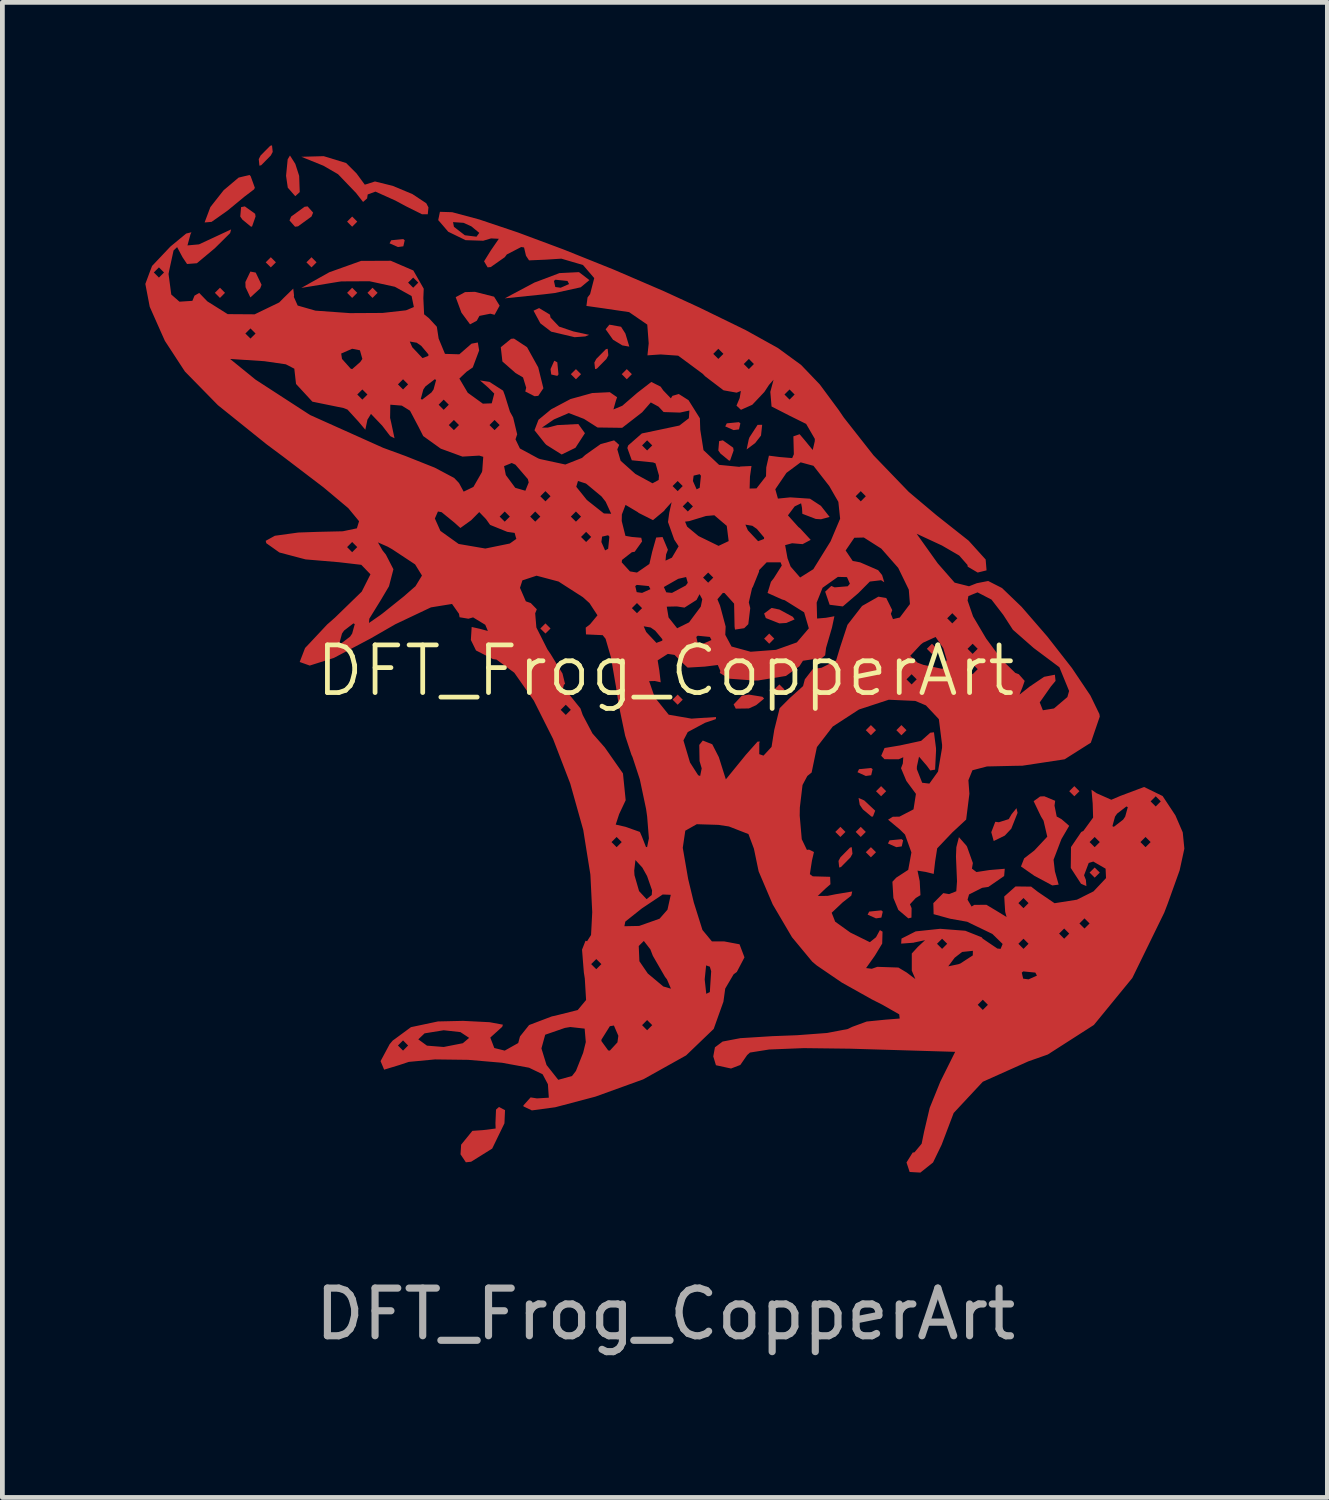
<source format=kicad_pcb>
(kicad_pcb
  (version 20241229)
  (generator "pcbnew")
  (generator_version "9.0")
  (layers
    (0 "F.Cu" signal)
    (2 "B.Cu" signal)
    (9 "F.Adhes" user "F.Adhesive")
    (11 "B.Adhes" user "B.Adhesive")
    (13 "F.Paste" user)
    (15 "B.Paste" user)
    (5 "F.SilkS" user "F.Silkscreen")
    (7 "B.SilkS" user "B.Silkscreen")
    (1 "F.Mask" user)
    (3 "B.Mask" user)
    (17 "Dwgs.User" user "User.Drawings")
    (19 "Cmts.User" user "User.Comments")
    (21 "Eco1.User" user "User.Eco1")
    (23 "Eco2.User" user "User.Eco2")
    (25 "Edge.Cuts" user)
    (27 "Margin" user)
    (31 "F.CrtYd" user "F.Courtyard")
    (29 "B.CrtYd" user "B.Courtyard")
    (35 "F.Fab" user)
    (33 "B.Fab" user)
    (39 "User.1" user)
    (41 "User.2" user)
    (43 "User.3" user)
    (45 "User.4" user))
  (footprint "DFT_Frog_CopperArt"
    (layer "F.Cu")
    (at 10.916 11.526)
    (property "Reference" "DFT_Frog_CopperArt" (at 0 -0.5 0) (unlocked yes) (layer "F.SilkS") (effects (font (size 1 1) (thickness 0.1))))
    (attr through_hole)
    (fp_poly (pts (xy -9.244 -8.431) (xy -9.35 -8.324) (xy -9.457 -8.431) (xy -9.35 -8.538)) (stroke (width 0) (type solid)) (fill yes) (layer "F.Cu"))
    (fp_poly (pts (xy -8.176 -9.071) (xy -8.283 -8.965) (xy -8.39 -9.071) (xy -8.283 -9.178)) (stroke (width 0) (type solid)) (fill yes) (layer "F.Cu"))
    (fp_poly (pts (xy -7.323 -9.071) (xy -7.429 -8.965) (xy -7.536 -9.071) (xy -7.429 -9.178)) (stroke (width 0) (type solid)) (fill yes) (layer "F.Cu"))
    (fp_poly (pts (xy -6.469 -9.925) (xy -6.576 -9.818) (xy -6.682 -9.925) (xy -6.576 -10.032)) (stroke (width 0) (type solid)) (fill yes) (layer "F.Cu"))
    (fp_poly (pts (xy -6.469 -8.431) (xy -6.576 -8.324) (xy -6.682 -8.431) (xy -6.576 -8.538)) (stroke (width 0) (type solid)) (fill yes) (layer "F.Cu"))
    (fp_poly (pts (xy -6.042 -8.431) (xy -6.149 -8.324) (xy -6.255 -8.431) (xy -6.149 -8.538)) (stroke (width 0) (type solid)) (fill yes) (layer "F.Cu"))
    (fp_poly (pts (xy -2.413 -1.387) (xy -2.52 -1.281) (xy -2.627 -1.387) (xy -2.52 -1.494)) (stroke (width 0) (type solid)) (fill yes) (layer "F.Cu"))
    (fp_poly (pts (xy -1.773 -6.724) (xy -1.88 -6.617) (xy -1.987 -6.724) (xy -1.88 -6.83)) (stroke (width 0) (type solid)) (fill yes) (layer "F.Cu"))
    (fp_poly (pts (xy -0.706 -6.724) (xy -0.813 -6.617) (xy -0.919 -6.724) (xy -0.813 -6.83)) (stroke (width 0) (type solid)) (fill yes) (layer "F.Cu"))
    (fp_poly (pts (xy 0.361 0.107) (xy 0.255 0.213) (xy 0.148 0.107) (xy 0.255 0)) (stroke (width 0) (type solid)) (fill yes) (layer "F.Cu"))
    (fp_poly (pts (xy 2.282 -1.174) (xy 2.176 -1.067) (xy 2.069 -1.174) (xy 2.176 -1.281)) (stroke (width 0) (type solid)) (fill yes) (layer "F.Cu"))
    (fp_poly (pts (xy 2.496 -0.107) (xy 2.389 0) (xy 2.282 -0.107) (xy 2.389 -0.213)) (stroke (width 0) (type solid)) (fill yes) (layer "F.Cu"))
    (fp_poly (pts (xy 3.776 2.882) (xy 3.67 2.988) (xy 3.563 2.882) (xy 3.67 2.775)) (stroke (width 0) (type solid)) (fill yes) (layer "F.Cu"))
    (fp_poly (pts (xy 4.203 2.882) (xy 4.097 2.988) (xy 3.99 2.882) (xy 4.097 2.775)) (stroke (width 0) (type solid)) (fill yes) (layer "F.Cu"))
    (fp_poly (pts (xy 4.417 0.747) (xy 4.31 0.854) (xy 4.203 0.747) (xy 4.31 0.64)) (stroke (width 0) (type solid)) (fill yes) (layer "F.Cu"))
    (fp_poly (pts (xy 4.417 3.308) (xy 4.31 3.415) (xy 4.203 3.308) (xy 4.31 3.202)) (stroke (width 0) (type solid)) (fill yes) (layer "F.Cu"))
    (fp_poly (pts (xy 4.63 2.028) (xy 4.524 2.134) (xy 4.417 2.028) (xy 4.524 1.921)) (stroke (width 0) (type solid)) (fill yes) (layer "F.Cu"))
    (fp_poly (pts (xy 5.057 0.747) (xy 4.95 0.854) (xy 4.844 0.747) (xy 4.95 0.64)) (stroke (width 0) (type solid)) (fill yes) (layer "F.Cu"))
    (fp_poly (pts (xy 5.697 -0.961) (xy 5.591 -0.854) (xy 5.484 -0.961) (xy 5.591 -1.067)) (stroke (width 0) (type solid)) (fill yes) (layer "F.Cu"))
    (fp_poly (pts (xy 8.686 2.028) (xy 8.579 2.134) (xy 8.472 2.028) (xy 8.579 1.921)) (stroke (width 0) (type solid)) (fill yes) (layer "F.Cu"))
    (fp_poly (pts (xy 9.113 3.735) (xy 9.006 3.842) (xy 8.899 3.735) (xy 9.006 3.629)) (stroke (width 0) (type solid)) (fill yes) (layer "F.Cu"))
    (fp_poly (pts (xy -5.473 -9.534) (xy -5.502 -9.407) (xy -5.615 -9.392) (xy -5.791 -9.47) (xy -5.757 -9.534) (xy -5.504 -9.559)) (stroke (width 0) (type solid)) (fill yes) (layer "F.Cu"))
    (fp_poly (pts (xy -2.271 -6.973) (xy -2.246 -6.719) (xy -2.271 -6.688) (xy -2.398 -6.717) (xy -2.413 -6.83) (xy -2.335 -7.006)) (stroke (width 0) (type solid)) (fill yes) (layer "F.Cu"))
    (fp_poly (pts (xy 1.571 -5.692) (xy 1.542 -5.565) (xy 1.429 -5.55) (xy 1.253 -5.628) (xy 1.286 -5.692) (xy 1.54 -5.717)) (stroke (width 0) (type solid)) (fill yes) (layer "F.Cu"))
    (fp_poly (pts (xy 4.346 1.565) (xy 4.316 1.692) (xy 4.203 1.708) (xy 4.028 1.629) (xy 4.061 1.565) (xy 4.314 1.54)) (stroke (width 0) (type solid)) (fill yes) (layer "F.Cu"))
    (fp_poly (pts (xy 4.559 4.554) (xy 4.53 4.68) (xy 4.417 4.696) (xy 4.241 4.618) (xy 4.274 4.554) (xy 4.528 4.528)) (stroke (width 0) (type solid)) (fill yes) (layer "F.Cu"))
    (fp_poly (pts (xy 4.986 3.059) (xy 4.957 3.186) (xy 4.844 3.202) (xy 4.668 3.124) (xy 4.701 3.059) (xy 4.955 3.034)) (stroke (width 0) (type solid)) (fill yes) (layer "F.Cu"))
    (fp_poly (pts (xy -8.6 -8.856) (xy -8.477 -8.6) (xy -8.506 -8.523) (xy -8.712 -8.334) (xy -8.813 -8.549) (xy -8.817 -8.657) (xy -8.712 -8.877)) (stroke (width 0) (type solid)) (fill yes) (layer "F.Cu"))
    (fp_poly (pts (xy -0.933 -7.719) (xy -0.842 -7.576) (xy -0.76 -7.302) (xy -0.907 -7.328) (xy -1.102 -7.447) (xy -1.257 -7.666) (xy -1.178 -7.763)) (stroke (width 0) (type solid)) (fill yes) (layer "F.Cu"))
    (fp_poly (pts (xy 2.004 -5.436) (xy 1.882 -5.279) (xy 1.702 -5.144) (xy 1.747 -5.358) (xy 1.762 -5.399) (xy 1.932 -5.66) (xy 2.028 -5.662)) (stroke (width 0) (type solid)) (fill yes) (layer "F.Cu"))
    (fp_poly (pts (xy 4.17 2.221) (xy 4.4 2.436) (xy 4.353 2.559) (xy 4.323 2.561) (xy 4.142 2.41) (xy 4.076 2.315) (xy 4.051 2.169)) (stroke (width 0) (type solid)) (fill yes) (layer "F.Cu"))
    (fp_poly (pts (xy -8.612 -10.09) (xy -8.603 -10.032) (xy -8.676 -9.824) (xy -8.698 -9.818) (xy -8.88 -9.968) (xy -8.924 -10.032) (xy -8.907 -10.229) (xy -8.829 -10.245)) (stroke (width 0) (type solid)) (fill yes) (layer "F.Cu"))
    (fp_poly (pts (xy -8.243 -11.388) (xy -8.283 -11.313) (xy -8.484 -11.109) (xy -8.522 -11.099) (xy -8.536 -11.237) (xy -8.497 -11.313) (xy -8.296 -11.516) (xy -8.258 -11.526)) (stroke (width 0) (type solid)) (fill yes) (layer "F.Cu"))
    (fp_poly (pts (xy -7.769 -11.137) (xy -7.688 -10.886) (xy -7.676 -10.545) (xy -7.77 -10.459) (xy -7.927 -10.638) (xy -7.963 -10.886) (xy -7.929 -11.233) (xy -7.881 -11.313)) (stroke (width 0) (type solid)) (fill yes) (layer "F.Cu"))
    (fp_poly (pts (xy -7.395 -10.114) (xy -7.429 -10.032) (xy -7.712 -9.826) (xy -7.775 -9.818) (xy -7.891 -9.95) (xy -7.856 -10.032) (xy -7.574 -10.237) (xy -7.511 -10.245)) (stroke (width 0) (type solid)) (fill yes) (layer "F.Cu"))
    (fp_poly (pts (xy -1.2 -7.119) (xy -1.24 -7.044) (xy -1.441 -6.84) (xy -1.478 -6.83) (xy -1.493 -6.968) (xy -1.453 -7.044) (xy -1.252 -7.248) (xy -1.214 -7.257)) (stroke (width 0) (type solid)) (fill yes) (layer "F.Cu"))
    (fp_poly (pts (xy 1.42 -5.181) (xy 1.429 -5.123) (xy 1.356 -4.915) (xy 1.334 -4.909) (xy 1.152 -5.059) (xy 1.108 -5.123) (xy 1.125 -5.319) (xy 1.203 -5.336)) (stroke (width 0) (type solid)) (fill yes) (layer "F.Cu"))
    (fp_poly (pts (xy 2.034 0.046) (xy 2.069 0.084) (xy 1.902 0.222) (xy 1.749 0.291) (xy 1.474 0.295) (xy 1.429 0.207) (xy 1.602 0.023) (xy 1.749 0)) (stroke (width 0) (type solid)) (fill yes) (layer "F.Cu"))
    (fp_poly (pts (xy 2.389 -1.785) (xy 2.67 -1.633) (xy 2.709 -1.578) (xy 2.535 -1.503) (xy 2.389 -1.494) (xy 2.105 -1.606) (xy 2.069 -1.701) (xy 2.225 -1.818)) (stroke (width 0) (type solid)) (fill yes) (layer "F.Cu"))
    (fp_poly (pts (xy 3.923 3.34) (xy 3.883 3.415) (xy 3.682 3.619) (xy 3.645 3.629) (xy 3.63 3.491) (xy 3.67 3.415) (xy 3.871 3.211) (xy 3.908 3.202)) (stroke (width 0) (type solid)) (fill yes) (layer "F.Cu"))
    (fp_poly (pts (xy 7.388 2.482) (xy 7.256 2.814) (xy 7.12 2.959) (xy 6.887 3.073) (xy 6.836 2.888) (xy 6.92 2.669) (xy 6.995 2.679) (xy 7.203 2.613) (xy 7.263 2.509) (xy 7.365 2.384)) (stroke (width 0) (type solid)) (fill yes) (layer "F.Cu"))
    (fp_poly (pts (xy -3.598 -8.35) (xy -3.481 -8.162) (xy -3.587 -7.97) (xy -3.676 -7.993) (xy -3.905 -7.947) (xy -3.96 -7.846) (xy -4.102 -7.77) (xy -4.283 -8.015) (xy -4.403 -8.34) (xy -4.207 -8.446) (xy -3.999 -8.452)) (stroke (width 0) (type solid)) (fill yes) (layer "F.Cu"))
    (fp_poly (pts (xy -2.425 -7.973) (xy -2.413 -7.912) (xy -2.233 -7.722) (xy -1.933 -7.621) (xy -1.603 -7.549) (xy -1.684 -7.516) (xy -1.907 -7.5) (xy -2.399 -7.616) (xy -2.627 -7.791) (xy -2.77 -8.056) (xy -2.653 -8.111)) (stroke (width 0) (type solid)) (fill yes) (layer "F.Cu"))
    (fp_poly (pts (xy -8.706 -10.879) (xy -8.618 -10.636) (xy -8.635 -10.602) (xy -8.835 -10.45) (xy -9.19 -10.157) (xy -9.526 -9.92) (xy -9.67 -9.908) (xy -9.671 -9.912) (xy -9.551 -10.231) (xy -9.273 -10.584) (xy -8.959 -10.849) (xy -8.73 -10.904)) (stroke (width 0) (type solid)) (fill yes) (layer "F.Cu"))
    (fp_poly (pts (xy -3.368 8.72) (xy -3.38 8.997) (xy -3.637 9.527) (xy -4.079 9.803) (xy -4.19 9.815) (xy -4.302 9.648) (xy -4.289 9.445) (xy -4.053 9.155) (xy -3.825 9.139) (xy -3.565 9.106) (xy -3.569 8.994) (xy -3.557 8.709) (xy -3.495 8.654)) (stroke (width 0) (type solid)) (fill yes) (layer "F.Cu"))
    (fp_poly (pts (xy -2.906 -7.29) (xy -2.671 -6.866) (xy -2.563 -6.428) (xy -2.67 -6.269) (xy -2.748 -6.261) (xy -2.943 -6.36) (xy -2.924 -6.44) (xy -2.99 -6.655) (xy -3.147 -6.748) (xy -3.423 -6.99) (xy -3.457 -7.29) (xy -3.241 -7.466) (xy -3.181 -7.471)) (stroke (width 0) (type solid)) (fill yes) (layer "F.Cu"))
    (fp_poly (pts (xy -1.81 -8.861) (xy -1.597 -8.698) (xy -1.78 -8.547) (xy -2.33 -8.426) (xy -2.567 -8.398) (xy -3.374 -8.315) (xy -2.748 -8.648) (xy -2.661 -8.68) (xy -2.342 -8.68) (xy -2.313 -8.553) (xy -2.2 -8.538) (xy -2.024 -8.616) (xy -2.058 -8.68) (xy -2.311 -8.706) (xy -2.342 -8.68) (xy -2.661 -8.68) (xy -2.226 -8.845) (xy -1.822 -8.865)) (stroke (width 0) (type solid)) (fill yes) (layer "F.Cu"))
    (fp_poly (pts (xy 8.177 2.229) (xy 8.163 2.33) (xy 8.209 2.559) (xy 8.311 2.615) (xy 8.471 2.754) (xy 8.308 3.033) (xy 8.143 3.466) (xy 8.171 3.708) (xy 8.25 3.988) (xy 8.117 4.005) (xy 7.743 3.805) (xy 7.459 3.607) (xy 7.526 3.436) (xy 7.738 3.273) (xy 8.011 2.982) (xy 7.933 2.647) (xy 7.878 2.556) (xy 7.725 2.237) (xy 7.861 2.138) (xy 7.949 2.134)) (stroke (width 0) (type solid)) (fill yes) (layer "F.Cu"))
    (fp_poly (pts (xy -6.702 -11.155) (xy -6.486 -10.939) (xy -6.311 -10.701) (xy -6.262 -10.715) (xy -6.097 -10.768) (xy -5.725 -10.676) (xy -5.311 -10.503) (xy -5.021 -10.311) (xy -4.975 -10.224) (xy -4.989 -10.079) (xy -5.109 -10.079) (xy -5.446 -10.247) (xy -5.669 -10.367) (xy -6.087 -10.555) (xy -6.25 -10.495) (xy -6.262 -10.412) (xy -6.347 -10.338) (xy -6.494 -10.526) (xy -6.873 -10.921) (xy -7.181 -11.099) (xy -7.643 -11.286) (xy -7.173 -11.299)) (stroke (width 0) (type solid)) (fill yes) (layer "F.Cu"))
    (fp_poly (pts (xy -4.477 -10.123) (xy -3.907 -9.97) (xy -3.101 -9.699) (xy -2.135 -9.339) (xy -1.086 -8.918) (xy -0.031 -8.464) (xy 0.71 -8.123) (xy 1.68 -7.65) (xy 2.359 -7.273) (xy 2.845 -6.918) (xy 3.237 -6.509) (xy 3.635 -5.971) (xy 3.74 -5.816) (xy 4.364 -5.022) (xy 5.106 -4.252) (xy 5.686 -3.764) (xy 6.361 -3.23) (xy 6.718 -2.835) (xy 6.737 -2.607) (xy 6.551 -2.561) (xy 6.342 -2.684) (xy 6.336 -2.721) (xy 6.163 -2.918) (xy 5.802 -3.128) (xy 5.27 -3.375) (xy 5.712 -2.755) (xy 6.067 -2.349) (xy 6.369 -2.273) (xy 6.531 -2.337) (xy 6.771 -2.384) (xy 7.062 -2.236) (xy 7.473 -1.841) (xy 8.011 -1.22) (xy 8.529 -0.557) (xy 8.917 0.021) (xy 9.105 0.408) (xy 9.113 0.461) (xy 8.925 1.01) (xy 8.375 1.358) (xy 7.486 1.493) (xy 7.376 1.494) (xy 6.746 1.508) (xy 6.441 1.588) (xy 6.356 1.797) (xy 6.377 2.081) (xy 6.309 2.623) (xy 6.018 2.893) (xy 5.701 3.227) (xy 5.658 3.502) (xy 5.628 3.763) (xy 5.462 3.722) (xy 5.288 3.694) (xy 5.334 3.914) (xy 5.35 4.209) (xy 5.251 4.269) (xy 5.13 4.4) (xy 5.164 4.482) (xy 5.161 4.68) (xy 5.095 4.696) (xy 4.885 4.518) (xy 4.782 4.269) (xy 4.761 3.928) (xy 4.841 3.842) (xy 5.093 3.678) (xy 5.16 3.313) (xy 5.026 2.938) (xy 4.921 2.834) (xy 4.67 2.625) (xy 4.769 2.564) (xy 4.91 2.561) (xy 5.204 2.408) (xy 5.255 2.084) (xy 5.054 1.812) (xy 4.942 1.545) (xy 4.98 1.446) (xy 4.989 1.315) (xy 4.891 1.358) (xy 4.595 1.356) (xy 4.526 1.284) (xy 4.596 1.121) (xy 4.92 1.067) (xy 5.364 0.971) (xy 5.556 0.8) (xy 5.633 0.791) (xy 5.676 1.123) (xy 5.677 1.174) (xy 5.657 1.575) (xy 5.556 1.592) (xy 5.484 1.494) (xy 5.32 1.303) (xy 5.275 1.51) (xy 5.274 1.565) (xy 5.386 1.85) (xy 5.537 1.868) (xy 5.718 1.616) (xy 5.803 1.119) (xy 5.804 1.055) (xy 5.736 0.516) (xy 5.465 0.227) (xy 5.242 0.133) (xy 4.685 0.108) (xy 4.06 0.313) (xy 3.509 0.671) (xy 3.177 1.102) (xy 3.136 1.298) (xy 3.066 1.636) (xy 2.976 1.708) (xy 2.875 1.897) (xy 2.819 2.368) (xy 2.816 2.541) (xy 2.859 3.035) (xy 2.967 3.259) (xy 3.012 3.253) (xy 3.115 3.304) (xy 3.073 3.484) (xy 3.029 3.768) (xy 3.09 3.814) (xy 3.454 3.824) (xy 3.461 3.98) (xy 3.35 4.077) (xy 3.195 4.226) (xy 3.401 4.224) (xy 3.563 4.191) (xy 3.918 4.132) (xy 3.898 4.219) (xy 3.719 4.359) (xy 3.487 4.578) (xy 3.56 4.765) (xy 3.879 4.994) (xy 4.288 5.196) (xy 4.417 5.092) (xy 4.499 4.942) (xy 4.554 4.975) (xy 4.547 5.225) (xy 4.394 5.478) (xy 4.209 5.739) (xy 4.328 5.754) (xy 4.444 5.713) (xy 4.887 5.728) (xy 5.062 5.833) (xy 5.243 5.97) (xy 5.185 5.834) (xy 7.476 5.834) (xy 7.505 5.961) (xy 7.618 5.976) (xy 7.794 5.898) (xy 7.761 5.834) (xy 7.507 5.809) (xy 7.476 5.834) (xy 5.185 5.834) (xy 5.168 5.793) (xy 5.168 5.703) (xy 5.933 5.703) (xy 6.146 5.658) (xy 6.187 5.643) (xy 6.448 5.473) (xy 6.45 5.377) (xy 6.224 5.401) (xy 6.067 5.523) (xy 5.933 5.703) (xy 5.168 5.703) (xy 5.168 5.433) (xy 5.297 5.292) (xy 5.365 5.229) (xy 5.697 5.229) (xy 5.804 5.336) (xy 5.911 5.229) (xy 5.804 5.123) (xy 5.697 5.229) (xy 5.365 5.229) (xy 5.447 5.154) (xy 5.224 5.201) (xy 5.206 5.207) (xy 4.945 5.226) (xy 4.952 5.12) (xy 5.25 4.969) (xy 5.763 4.915) (xy 6.291 4.956) (xy 6.635 5.093) (xy 6.658 5.123) (xy 6.963 5.329) (xy 7.032 5.336) (xy 7.074 5.234) (xy 7.07 5.229) (xy 7.405 5.229) (xy 7.512 5.336) (xy 7.618 5.229) (xy 7.512 5.123) (xy 7.405 5.229) (xy 7.07 5.229) (xy 6.859 5.023) (xy 6.845 5.016) (xy 8.259 5.016) (xy 8.366 5.123) (xy 8.472 5.016) (xy 8.366 4.909) (xy 8.259 5.016) (xy 6.845 5.016) (xy 6.403 4.803) (xy 8.686 4.803) (xy 8.792 4.909) (xy 8.899 4.803) (xy 8.792 4.696) (xy 8.686 4.803) (xy 6.403 4.803) (xy 6.33 4.767) (xy 5.971 4.703) (xy 5.626 4.608) (xy 5.62 4.377) (xy 5.829 4.166) (xy 5.951 4.187) (xy 6.102 4.127) (xy 6.117 3.919) (xy 6.095 3.398) (xy 6.103 3.202) (xy 6.157 2.992) (xy 6.311 3.166) (xy 6.327 3.191) (xy 6.45 3.535) (xy 6.43 3.652) (xy 6.525 3.724) (xy 6.798 3.682) (xy 7.119 3.655) (xy 7.106 3.808) (xy 6.775 4.036) (xy 6.645 4.055) (xy 6.37 4.194) (xy 6.338 4.304) (xy 6.423 4.448) (xy 6.478 4.413) (xy 6.734 4.411) (xy 6.946 4.538) (xy 7.157 4.667) (xy 7.128 4.56) (xy 7.116 4.376) (xy 7.405 4.376) (xy 7.512 4.482) (xy 7.618 4.376) (xy 7.512 4.269) (xy 7.405 4.376) (xy 7.116 4.376) (xy 7.108 4.237) (xy 7.345 4.026) (xy 7.673 4.03) (xy 7.813 4.139) (xy 8.164 4.378) (xy 8.633 4.304) (xy 8.982 4.129) (xy 9.244 3.851) (xy 9.235 3.653) (xy 8.977 3.504) (xy 8.881 3.533) (xy 8.783 3.792) (xy 8.822 3.89) (xy 8.832 4.02) (xy 8.719 3.969) (xy 8.504 3.638) (xy 8.509 3.2) (xy 8.58 3.095) (xy 8.899 3.095) (xy 9.006 3.202) (xy 9.113 3.095) (xy 9.966 3.095) (xy 10.073 3.202) (xy 10.18 3.095) (xy 10.073 2.988) (xy 9.966 3.095) (xy 9.113 3.095) (xy 9.006 2.988) (xy 8.899 3.095) (xy 8.58 3.095) (xy 8.724 2.883) (xy 8.769 2.861) (xy 8.842 2.761) (xy 9.378 2.761) (xy 9.408 2.775) (xy 9.602 2.625) (xy 9.646 2.561) (xy 9.701 2.362) (xy 9.671 2.348) (xy 9.477 2.498) (xy 9.433 2.561) (xy 9.378 2.761) (xy 8.842 2.761) (xy 8.973 2.581) (xy 8.964 2.281) (xy 8.96 2.241) (xy 10.18 2.241) (xy 10.287 2.348) (xy 10.393 2.241) (xy 10.287 2.134) (xy 10.18 2.241) (xy 8.96 2.241) (xy 8.939 1.997) (xy 9.046 2.07) (xy 9.355 2.207) (xy 9.545 2.126) (xy 10.043 1.939) (xy 10.432 2.129) (xy 10.7 2.535) (xy 10.854 2.891) (xy 10.888 3.233) (xy 10.789 3.688) (xy 10.54 4.383) (xy 10.467 4.574) (xy 9.796 5.947) (xy 8.989 6.933) (xy 8.022 7.553) (xy 7.616 7.696) (xy 6.658 8.125) (xy 6.047 8.78) (xy 5.795 9.445) (xy 5.614 9.819) (xy 5.348 10.031) (xy 5.123 10.018) (xy 5.057 9.818) (xy 5.186 9.611) (xy 5.225 9.605) (xy 5.375 9.425) (xy 5.426 9.173) (xy 5.544 8.672) (xy 5.768 8.119) (xy 6.078 7.497) (xy 3.877 7.431) (xy 2.898 7.419) (xy 2.174 7.448) (xy 1.772 7.512) (xy 1.713 7.565) (xy 1.57 7.772) (xy 1.375 7.847) (xy 1.058 7.778) (xy 1.002 7.593) (xy 1.037 7.402) (xy 1.198 7.281) (xy 1.57 7.21) (xy 2.238 7.168) (xy 2.763 7.148) (xy 3.39 7.101) (xy 3.824 7.018) (xy 3.919 6.972) (xy 4.221 6.861) (xy 4.612 6.822) (xy 4.914 6.798) (xy 4.904 6.71) (xy 4.553 6.51) (xy 6.551 6.51) (xy 6.658 6.617) (xy 6.765 6.51) (xy 6.658 6.403) (xy 6.551 6.51) (xy 4.553 6.51) (xy 4.55 6.508) (xy 4.329 6.396) (xy 3.699 6.043) (xy 3.173 5.684) (xy 3.079 5.605) (xy 2.654 5.092) (xy 2.249 4.403) (xy 1.954 3.71) (xy 1.855 3.234) (xy 1.74 2.927) (xy 1.329 2.767) (xy 1.108 2.734) (xy 0.656 2.72) (xy 0.415 2.856) (xy 0.362 3.215) (xy 0.475 3.869) (xy 0.594 4.363) (xy 0.775 4.939) (xy 0.974 5.18) (xy 1.234 5.18) (xy 1.553 5.24) (xy 1.657 5.514) (xy 1.496 5.821) (xy 1.429 5.87) (xy 1.253 6.169) (xy 1.215 6.445) (xy 1.011 7.016) (xy 0.432 7.572) (xy -0.467 8.074) (xy -1.471 8.437) (xy -2.315 8.66) (xy -2.805 8.726) (xy -2.981 8.642) (xy -2.983 8.622) (xy -2.831 8.453) (xy -2.698 8.474) (xy -2.449 8.459) (xy -2.468 8.177) (xy -2.579 7.968) (xy -2.864 7.83) (xy -3.432 7.726) (xy -4.138 7.665) (xy -4.838 7.656) (xy -5.388 7.708) (xy -5.592 7.776) (xy -5.905 7.871) (xy -5.98 7.692) (xy -5.804 7.364) (xy -5.615 7.364) (xy -5.508 7.471) (xy -5.402 7.364) (xy -5.508 7.257) (xy -5.615 7.364) (xy -5.804 7.364) (xy -5.79 7.337) (xy -5.723 7.258) (xy -5.69 7.235) (xy -5.188 7.235) (xy -5.006 7.367) (xy -4.655 7.395) (xy -4.253 7.316) (xy -4.121 7.204) (xy -4.304 7.083) (xy -4.655 7.044) (xy -5.056 7.109) (xy -5.188 7.235) (xy -5.69 7.235) (xy -5.342 6.979) (xy -4.776 6.859) (xy -4.248 6.847) (xy -3.691 6.875) (xy -3.412 6.927) (xy -3.427 6.972) (xy -3.677 7.198) (xy -3.593 7.417) (xy -3.374 7.471) (xy -3.292 7.425) (xy -2.604 7.425) (xy -2.497 7.773) (xy -2.251 8.084) (xy -1.962 8.004) (xy -1.88 7.898) (xy -1.728 7.515) (xy -1.673 7.291) (xy -1.675 7.27) (xy -1.346 7.27) (xy -1.203 7.467) (xy -1.168 7.471) (xy -1.009 7.298) (xy -0.99 7.16) (xy -1.083 6.945) (xy -1.168 6.959) (xy -1.344 7.24) (xy -1.346 7.27) (xy -1.675 7.27) (xy -1.697 7.01) (xy -1.998 6.976) (xy -2.112 6.995) (xy -2.525 7.138) (xy -2.604 7.425) (xy -3.292 7.425) (xy -3.091 7.312) (xy -3.054 7.174) (xy -2.865 6.937) (xy -0.492 6.937) (xy -0.386 7.044) (xy -0.279 6.937) (xy -0.386 6.83) (xy -0.492 6.937) (xy -2.865 6.937) (xy -2.864 6.935) (xy -2.385 6.753) (xy -2.321 6.74) (xy -1.843 6.62) (xy -1.667 6.409) (xy -1.694 5.958) (xy -1.714 5.83) (xy -1.728 5.656) (xy -1.56 5.656) (xy -1.453 5.763) (xy -1.346 5.656) (xy -1.453 5.55) (xy -1.56 5.656) (xy -1.728 5.656) (xy -1.752 5.352) (xy -1.722 5.276) (xy -0.562 5.276) (xy -0.548 5.596) (xy -0.372 5.853) (xy -0.047 6.125) (xy 0.114 6.172) (xy 0.031 5.978) (xy 0.03 5.976) (xy 0.822 5.976) (xy 0.855 6.279) (xy 0.93 6.243) (xy 0.958 5.806) (xy 0.93 5.71) (xy 0.852 5.683) (xy 0.822 5.976) (xy 0.03 5.976) (xy -0.011 5.923) (xy -0.266 5.482) (xy -0.318 5.347) (xy -0.455 5.17) (xy -0.562 5.276) (xy -1.722 5.276) (xy -1.679 5.166) (xy -1.646 5.176) (xy -1.563 5.045) (xy -1.553 4.861) (xy -0.863 4.861) (xy -0.563 4.855) (xy -0.551 4.854) (xy -0.125 4.703) (xy 0.041 4.514) (xy 0.11 4.202) (xy -0.059 4.195) (xy -0.496 4.487) (xy -0.844 4.764) (xy -0.863 4.861) (xy -1.553 4.861) (xy -1.538 4.565) (xy -1.575 3.809) (xy -1.578 3.768) (xy -1.59 3.694) (xy -0.657 3.694) (xy -0.651 3.791) (xy -0.555 4.124) (xy -0.398 4.293) (xy -0.289 4.206) (xy -0.282 4.109) (xy -0.387 3.808) (xy -0.486 3.631) (xy -0.631 3.472) (xy -0.657 3.694) (xy -1.59 3.694) (xy -1.686 3.095) (xy -1.133 3.095) (xy -1.026 3.202) (xy -0.919 3.095) (xy -1.026 2.988) (xy -1.133 3.095) (xy -1.686 3.095) (xy -1.726 2.842) (xy -2 1.866) (xy -2.36 0.931) (xy -2.667 0.32) (xy -2.2 0.32) (xy -2.093 0.427) (xy -1.987 0.32) (xy -2.093 0.213) (xy -2.2 0.32) (xy -2.667 0.32) (xy -2.764 0.127) (xy -3.174 -0.459) (xy -3.547 -0.735) (xy -3.621 -0.745) (xy -3.977 -0.926) (xy -4.085 -1.146) (xy -4.068 -1.419) (xy -3.895 -1.38) (xy -3.728 -1.335) (xy -3.783 -1.465) (xy -4.038 -1.62) (xy -4.136 -1.592) (xy -4.322 -1.623) (xy -4.334 -1.695) (xy -4.48 -1.902) (xy -4.923 -1.83) (xy -5.67 -1.476) (xy -6.186 -1.179) (xy -6.96 -0.769) (xy -7.466 -0.609) (xy -7.677 -0.684) (xy -7.564 -0.978) (xy -7.466 -1.081) (xy -6.843 -1.081) (xy -6.814 -1.067) (xy -6.619 -1.217) (xy -6.576 -1.281) (xy -6.521 -1.48) (xy -6.55 -1.494) (xy -6.745 -1.344) (xy -6.789 -1.281) (xy -6.843 -1.081) (xy -7.466 -1.081) (xy -7.099 -1.473) (xy -7.064 -1.503) (xy -6.223 -1.503) (xy -5.985 -1.668) (xy -5.932 -1.708) (xy -5.49 -2.062) (xy -5.287 -2.24) (xy -3.054 -2.24) (xy -2.931 -1.957) (xy -2.828 -1.921) (xy -2.701 -1.79) (xy -2.735 -1.706) (xy -2.71 -1.408) (xy -2.478 -0.948) (xy -2.412 -0.852) (xy -2.162 -0.442) (xy -2.108 -0.222) (xy -2.132 -0.21) (xy -2.153 -0.123) (xy -2.057 -0.048) (xy -1.785 0.291) (xy -1.737 0.429) (xy -1.532 0.817) (xy -1.276 1.107) (xy -0.893 1.654) (xy -0.836 2.217) (xy -0.973 2.508) (xy -1.045 2.728) (xy -0.839 2.775) (xy -0.538 2.882) (xy -0.492 2.988) (xy -0.411 3.196) (xy -0.387 3.202) (xy -0.349 3.016) (xy -0.386 2.554) (xy -0.408 2.401) (xy -0.539 1.781) (xy -0.694 1.308) (xy -0.715 1.264) (xy -0.847 0.864) (xy -0.981 0.221) (xy -1.04 -0.168) (xy -1.06 -0.282) (xy -0.344 -0.282) (xy -0.23 0.045) (xy -0.221 0.064) (xy 0.067 0.422) (xy 0.547 0.505) (xy 0.666 0.496) (xy 1.061 0.471) (xy 1.056 0.515) (xy 0.829 0.592) (xy 0.467 0.786) (xy 0.376 0.961) (xy 0.514 1.425) (xy 0.685 1.692) (xy 0.727 1.708) (xy 0.759 1.548) (xy 0.714 1.394) (xy 0.708 1.056) (xy 0.782 0.964) (xy 0.981 1.043) (xy 1.119 1.313) (xy 1.266 1.779) (xy 1.686 1.263) (xy 1.931 0.987) (xy 1.981 0.987) (xy 1.968 1.014) (xy 1.967 1.25) (xy 2.056 1.281) (xy 2.225 1.098) (xy 2.282 0.74) (xy 2.395 0.286) (xy 2.603 0.077) (xy 2.886 -0.178) (xy 2.923 -0.319) (xy 2.923 -0.32) (xy 5.057 -0.32) (xy 5.164 -0.213) (xy 5.271 -0.32) (xy 5.164 -0.427) (xy 5.057 -0.32) (xy 2.923 -0.32) (xy 3.089 -0.534) (xy 6.338 -0.534) (xy 6.445 -0.427) (xy 6.551 -0.534) (xy 6.445 -0.64) (xy 6.338 -0.534) (xy 3.089 -0.534) (xy 3.094 -0.54) (xy 3.274 -0.563) (xy 3.58 -0.716) (xy 3.609 -0.813) (xy 5.135 -0.813) (xy 5.287 -0.671) (xy 5.41 -0.624) (xy 5.812 -0.539) (xy 5.902 -0.726) (xy 5.832 -0.961) (xy 6.338 -0.961) (xy 6.445 -0.854) (xy 6.551 -0.961) (xy 6.445 -1.067) (xy 6.338 -0.961) (xy 5.832 -0.961) (xy 5.828 -0.975) (xy 5.667 -1.209) (xy 5.405 -1.089) (xy 5.354 -1.048) (xy 5.135 -0.813) (xy 3.609 -0.813) (xy 3.663 -0.992) (xy 3.818 -1.464) (xy 4.125 -1.86) (xy 4.467 -2.055) (xy 4.632 -2.027) (xy 4.758 -1.772) (xy 4.729 -1.695) (xy 4.773 -1.584) (xy 4.845 -1.601) (xy 5.911 -1.601) (xy 6.018 -1.494) (xy 6.124 -1.601) (xy 6.018 -1.708) (xy 5.911 -1.601) (xy 4.845 -1.601) (xy 4.916 -1.617) (xy 5.129 -1.9) (xy 5.123 -1.974) (xy 6.339 -1.974) (xy 6.454 -1.64) (xy 6.729 -1.175) (xy 7.059 -0.73) (xy 7.339 -0.456) (xy 7.414 -0.427) (xy 7.537 -0.287) (xy 7.493 -0.16) (xy 7.429 -0.000045) (xy 7.619 -0.15) (xy 7.63 -0.16) (xy 7.945 -0.373) (xy 8.171 -0.417) (xy 8.185 -0.287) (xy 8.088 -0.171) (xy 7.853 0.164) (xy 7.919 0.329) (xy 8.152 0.291) (xy 8.433 0.052) (xy 8.469 -0.076) (xy 8.265 -0.574) (xy 7.725 -0.978) (xy 7.289 -1.361) (xy 7.088 -1.672) (xy 6.841 -1.993) (xy 6.548 -2.145) (xy 6.356 -2.068) (xy 6.339 -1.974) (xy 5.123 -1.974) (xy 5.105 -2.202) (xy 4.883 -2.659) (xy 4.528 -3.063) (xy 4.162 -3.296) (xy 3.962 -3.291) (xy 3.78 -3.024) (xy 3.928 -2.804) (xy 4.084 -2.775) (xy 4.462 -2.611) (xy 4.545 -2.508) (xy 4.591 -2.357) (xy 4.524 -2.4) (xy 4.288 -2.372) (xy 4.048 -2.13) (xy 3.721 -1.85) (xy 3.444 -1.885) (xy 3.35 -2.16) (xy 3.479 -2.28) (xy 3.548 -2.25) (xy 3.824 -2.273) (xy 3.869 -2.326) (xy 3.808 -2.465) (xy 3.617 -2.47) (xy 3.296 -2.242) (xy 3.172 -1.931) (xy 3.181 -1.596) (xy 3.368 -1.612) (xy 3.544 -1.644) (xy 3.493 -1.405) (xy 3.369 -0.98) (xy 3.35 -0.824) (xy 3.218 -0.713) (xy 3.135 -0.748) (xy 2.884 -0.71) (xy 2.809 -0.593) (xy 2.527 -0.391) (xy 1.948 -0.297) (xy 1.86 -0.295) (xy 1.336 -0.334) (xy 1.139 -0.454) (xy 1.151 -0.496) (xy 1.097 -0.621) (xy 0.822 -0.587) (xy 0.464 -0.566) (xy 0.361 -0.66) (xy 0.189 -0.833) (xy 0.048 -0.854) (xy -0.165 -0.718) (xy -0.129 -0.499) (xy -0.101 -0.258) (xy -0.223 -0.285) (xy -0.344 -0.282) (xy -1.06 -0.282) (xy -1.145 -0.781) (xy -1.258 -1.171) (xy -1.319 -1.247) (xy -1.669 -1.263) (xy -1.675 -1.405) (xy -1.638 -1.433) (xy -0.458 -1.433) (xy -0.406 -1.314) (xy -0.191 -1.085) (xy -0.068 -1.132) (xy -0.066 -1.161) (xy -0.106 -1.21) (xy 0.646 -1.21) (xy 0.675 -1.083) (xy 0.788 -1.067) (xy 0.964 -1.145) (xy 0.931 -1.21) (xy 0.677 -1.235) (xy 0.646 -1.21) (xy -0.106 -1.21) (xy -0.217 -1.342) (xy -0.312 -1.408) (xy -0.458 -1.433) (xy -1.638 -1.433) (xy -1.584 -1.475) (xy -1.428 -1.664) (xy -1.527 -1.814) (xy -0.706 -1.814) (xy -0.599 -1.708) (xy -0.492 -1.814) (xy -0.523 -1.845) (xy 0.026 -1.845) (xy 0.064 -1.619) (xy 0.244 -1.392) (xy 0.493 -1.515) (xy 0.74 -1.846) (xy 0.771 -2) (xy 1.089 -2) (xy 1.144 -1.868) (xy 1.262 -1.428) (xy 1.254 -1.254) (xy 1.385 -1.009) (xy 1.786 -0.899) (xy 2.318 -0.939) (xy 2.755 -1.095) (xy 3.007 -1.39) (xy 2.909 -1.726) (xy 2.502 -1.98) (xy 2.446 -1.996) (xy 2.141 -2.133) (xy 2.212 -2.366) (xy 2.273 -2.444) (xy 2.44 -2.709) (xy 2.415 -2.775) (xy 2.122 -2.775) (xy 1.965 -2.613) (xy 1.962 -2.579) (xy 1.83 -2.252) (xy 1.817 -2.238) (xy 1.748 -1.935) (xy 1.778 -1.815) (xy 1.737 -1.477) (xy 1.651 -1.393) (xy 1.458 -1.364) (xy 1.449 -1.425) (xy 1.439 -1.909) (xy 1.239 -2.131) (xy 1.203 -2.134) (xy 1.089 -2) (xy 0.771 -2) (xy 0.771 -2.001) (xy 0.714 -2.107) (xy 0.651 -1.986) (xy 0.398 -1.825) (xy 0.238 -1.85) (xy 0.026 -1.845) (xy -0.523 -1.845) (xy -0.599 -1.921) (xy -0.706 -1.814) (xy -1.527 -1.814) (xy -1.595 -1.919) (xy -1.734 -2.044) (xy -2.097 -2.277) (xy -0.635 -2.277) (xy -0.605 -2.15) (xy -0.492 -2.134) (xy -0.317 -2.213) (xy -0.34 -2.257) (xy -0.035 -2.257) (xy 0.016 -2.146) (xy 0.135 -2.134) (xy 0.425 -2.289) (xy 0.467 -2.345) (xy 0.436 -2.455) (xy 0.788 -2.455) (xy 0.895 -2.348) (xy 1.002 -2.455) (xy 0.895 -2.561) (xy 0.788 -2.455) (xy 0.436 -2.455) (xy 0.432 -2.467) (xy 0.266 -2.429) (xy -0.035 -2.257) (xy -0.34 -2.257) (xy -0.35 -2.277) (xy -0.603 -2.302) (xy -0.635 -2.277) (xy -2.097 -2.277) (xy -2.244 -2.372) (xy -2.706 -2.495) (xy -3.003 -2.397) (xy -3.054 -2.24) (xy -5.287 -2.24) (xy -5.248 -2.273) (xy -5.111 -2.498) (xy -5.255 -2.732) (xy -5.733 -3.048) (xy -5.829 -3.103) (xy -6.035 -3.194) (xy -5.94 -3.028) (xy -5.868 -2.937) (xy -5.71 -2.63) (xy -5.803 -2.273) (xy -5.971 -1.989) (xy -6.216 -1.592) (xy -6.223 -1.503) (xy -7.064 -1.503) (xy -6.935 -1.617) (xy -6.375 -2.161) (xy -6.192 -2.524) (xy -6.384 -2.723) (xy -6.855 -2.778) (xy -7.554 -2.837) (xy -8.103 -2.982) (xy -8.262 -3.095) (xy -6.682 -3.095) (xy -6.576 -2.988) (xy -6.469 -3.095) (xy -6.576 -3.202) (xy -6.682 -3.095) (xy -8.262 -3.095) (xy -8.378 -3.177) (xy -8.39 -3.227) (xy -8.198 -3.333) (xy -7.705 -3.401) (xy -7.297 -3.415) (xy -6.773 -3.427) (xy -6.477 -3.489) (xy -6.431 -3.638) (xy -6.478 -3.695) (xy -4.84 -3.695) (xy -4.724 -3.435) (xy -4.341 -3.161) (xy -3.781 -3.065) (xy -3.268 -3.17) (xy -3.131 -3.267) (xy -3.143 -3.308) (xy -1.773 -3.308) (xy -1.666 -3.202) (xy -1.346 -3.202) (xy -1.268 -3.026) (xy -1.204 -3.059) (xy -1.178 -3.313) (xy -1.204 -3.344) (xy -1.331 -3.315) (xy -1.346 -3.202) (xy -1.666 -3.202) (xy -1.56 -3.308) (xy -1.666 -3.415) (xy -1.773 -3.308) (xy -3.143 -3.308) (xy -3.166 -3.393) (xy -3.321 -3.415) (xy -3.681 -3.561) (xy -3.767 -3.682) (xy -3.818 -3.735) (xy -3.481 -3.735) (xy -3.374 -3.629) (xy -3.267 -3.735) (xy -2.84 -3.735) (xy -2.734 -3.629) (xy -2.627 -3.735) (xy -1.987 -3.735) (xy -1.88 -3.629) (xy -1.866 -3.642) (xy -0.919 -3.642) (xy -0.841 -3.331) (xy -0.706 -3.308) (xy -0.509 -3.291) (xy -0.492 -3.214) (xy -0.647 -2.997) (xy -0.706 -2.988) (xy -0.913 -2.826) (xy -0.919 -2.775) (xy -0.746 -2.585) (xy -0.599 -2.561) (xy -0.339 -2.741) (xy -0.279 -3.001) (xy -0.196 -3.296) (xy -0.062 -3.306) (xy 0.05 -3.039) (xy 0.012 -2.941) (xy 0 -2.811) (xy 0.134 -2.873) (xy 0.275 -3.112) (xy 0.183 -3.252) (xy 0.052 -3.621) (xy 0.053 -3.629) (xy 0.41 -3.629) (xy 0.453 -3.525) (xy 0.692 -3.327) (xy 1.113 -3.121) (xy 1.325 -3.221) (xy 1.285 -3.541) (xy 1.254 -3.567) (xy 1.676 -3.567) (xy 1.728 -3.448) (xy 1.943 -3.219) (xy 2.067 -3.266) (xy 2.069 -3.296) (xy 1.917 -3.476) (xy 1.822 -3.542) (xy 1.676 -3.567) (xy 1.254 -3.567) (xy 1.024 -3.763) (xy 0.85 -3.748) (xy 0.496 -3.64) (xy 0.41 -3.629) (xy 0.053 -3.629) (xy 0.078 -3.815) (xy 0.108 -3.949) (xy 0.361 -3.949) (xy 0.468 -3.842) (xy 0.575 -3.949) (xy 0.468 -4.055) (xy 0.361 -3.949) (xy 0.108 -3.949) (xy 0.128 -4.037) (xy -0.01 -3.883) (xy -0.029 -3.856) (xy -0.263 -3.661) (xy -0.563 -3.812) (xy -0.583 -3.829) (xy -0.839 -3.981) (xy -0.916 -3.78) (xy -0.919 -3.642) (xy -1.866 -3.642) (xy -1.773 -3.735) (xy -1.88 -3.842) (xy -1.987 -3.735) (xy -2.627 -3.735) (xy -2.734 -3.842) (xy -2.84 -3.735) (xy -3.267 -3.735) (xy -3.374 -3.842) (xy -3.481 -3.735) (xy -3.818 -3.735) (xy -3.909 -3.83) (xy -4.078 -3.659) (xy -4.305 -3.496) (xy -4.427 -3.606) (xy -4.699 -3.828) (xy -4.776 -3.842) (xy -4.84 -3.695) (xy -6.478 -3.695) (xy -6.657 -3.912) (xy -6.955 -4.162) (xy -2.627 -4.162) (xy -2.52 -4.055) (xy -2.413 -4.162) (xy -2.52 -4.269) (xy -2.627 -4.162) (xy -6.955 -4.162) (xy -7.177 -4.348) (xy -8.013 -4.985) (xy -8.374 -5.254) (xy -9.394 -6.074) (xy -10.086 -6.78) (xy -10.258 -7.043) (xy -9.137 -7.043) (xy -8.603 -6.609) (xy -7.459 -5.867) (xy -5.924 -5.178) (xy -5.455 -5.006) (xy -4.842 -4.762) (xy -4.435 -4.546) (xy -4.334 -4.44) (xy -4.236 -4.259) (xy -4.031 -4.358) (xy -3.854 -4.667) (xy -3.846 -4.696) (xy -3.839 -4.794) (xy -3.388 -4.794) (xy -3.351 -4.607) (xy -3.153 -4.339) (xy -2.941 -4.278) (xy -2.908 -4.361) (xy -1.873 -4.361) (xy -1.65 -4.083) (xy -1.293 -3.801) (xy -1.14 -3.795) (xy -1.256 -4.047) (xy -1.342 -4.157) (xy -1.605 -4.376) (xy 0.148 -4.376) (xy 0.255 -4.269) (xy 0.361 -4.376) (xy 0.255 -4.482) (xy 0.575 -4.482) (xy 0.653 -4.307) (xy 0.657 -4.309) (xy 2.304 -4.309) (xy 2.359 -4.113) (xy 2.618 -4.139) (xy 3.031 -4.111) (xy 3.261 -3.961) (xy 3.444 -3.728) (xy 3.263 -3.679) (xy 3.153 -3.686) (xy 2.871 -3.794) (xy 2.864 -3.919) (xy 2.845 -4.014) (xy 2.71 -3.949) (xy 2.569 -3.761) (xy 2.79 -3.515) (xy 2.824 -3.489) (xy 3.047 -3.247) (xy 2.877 -3.157) (xy 2.656 -3.176) (xy 2.51 -3.136) (xy 2.56 -2.862) (xy 2.625 -2.687) (xy 2.825 -2.457) (xy 3.101 -2.631) (xy 3.463 -3.215) (xy 3.664 -3.691) (xy 3.627 -4.045) (xy 3.559 -4.162) (xy 3.99 -4.162) (xy 4.097 -4.055) (xy 4.203 -4.162) (xy 4.097 -4.269) (xy 3.99 -4.162) (xy 3.559 -4.162) (xy 3.437 -4.375) (xy 3.105 -4.801) (xy 2.836 -4.874) (xy 2.538 -4.653) (xy 2.304 -4.309) (xy 0.657 -4.309) (xy 0.717 -4.34) (xy 0.743 -4.593) (xy 0.717 -4.625) (xy 0.59 -4.595) (xy 0.575 -4.482) (xy 0.255 -4.482) (xy 0.148 -4.376) (xy -1.605 -4.376) (xy -1.67 -4.429) (xy -1.837 -4.482) (xy -1.873 -4.361) (xy -2.908 -4.361) (xy -2.871 -4.452) (xy -2.889 -4.522) (xy -3.15 -4.825) (xy -3.227 -4.86) (xy -3.388 -4.794) (xy -3.839 -4.794) (xy -3.825 -4.99) (xy -3.91 -5.015) (xy -4.261 -4.994) (xy -4.717 -5.161) (xy -5.085 -5.425) (xy -5.188 -5.628) (xy -5.203 -5.656) (xy -4.548 -5.656) (xy -4.441 -5.55) (xy -4.334 -5.656) (xy -3.694 -5.656) (xy -3.587 -5.55) (xy -3.481 -5.656) (xy -3.587 -5.763) (xy -3.694 -5.656) (xy -4.334 -5.656) (xy -4.441 -5.763) (xy -4.548 -5.656) (xy -5.203 -5.656) (xy -5.362 -5.957) (xy -5.534 -6.064) (xy -5.771 -6.083) (xy -4.761 -6.083) (xy -4.655 -5.976) (xy -4.548 -6.083) (xy -4.655 -6.19) (xy -4.761 -6.083) (xy -5.771 -6.083) (xy -5.775 -6.084) (xy -5.78 -5.806) (xy -5.758 -5.713) (xy -5.687 -5.379) (xy -5.777 -5.424) (xy -5.946 -5.644) (xy -6.181 -5.89) (xy -6.258 -5.764) (xy -6.259 -5.75) (xy -6.3 -5.558) (xy -6.443 -5.728) (xy -6.674 -5.981) (xy -6.755 -6.013) (xy -7.411 -6.147) (xy -7.549 -6.297) (xy -6.469 -6.297) (xy -6.362 -6.19) (xy -6.348 -6.204) (xy -5.136 -6.204) (xy -5.107 -6.19) (xy -4.912 -6.34) (xy -4.868 -6.403) (xy -4.814 -6.603) (xy -4.843 -6.617) (xy -5.038 -6.467) (xy -5.082 -6.403) (xy -5.136 -6.204) (xy -6.348 -6.204) (xy -6.255 -6.297) (xy -6.362 -6.403) (xy -6.469 -6.297) (xy -7.549 -6.297) (xy -7.746 -6.51) (xy -5.615 -6.51) (xy -5.508 -6.403) (xy -5.402 -6.51) (xy -5.508 -6.617) (xy -5.615 -6.51) (xy -7.746 -6.51) (xy -7.754 -6.519) (xy -7.79 -6.839) (xy -7.968 -6.931) (xy -8.417 -6.996) (xy -8.458 -6.999) (xy -9.137 -7.043) (xy -10.258 -7.043) (xy -10.332 -7.157) (xy -6.806 -7.157) (xy -6.789 -7.044) (xy -6.607 -6.84) (xy -6.576 -6.83) (xy -6.406 -6.979) (xy -6.362 -7.044) (xy -6.413 -7.225) (xy -6.576 -7.257) (xy -6.806 -7.157) (xy -10.332 -7.157) (xy -10.497 -7.409) (xy -5.367 -7.409) (xy -5.315 -7.29) (xy -5.1 -7.061) (xy -4.977 -7.108) (xy -4.975 -7.138) (xy -5.126 -7.318) (xy -5.221 -7.384) (xy -5.367 -7.409) (xy -10.497 -7.409) (xy -10.506 -7.423) (xy -10.575 -7.577) (xy -8.817 -7.577) (xy -8.71 -7.471) (xy -8.603 -7.577) (xy -8.71 -7.684) (xy -8.817 -7.577) (xy -10.575 -7.577) (xy -10.824 -8.138) (xy -10.916 -8.618) (xy -10.827 -8.858) (xy -10.738 -8.858) (xy -10.631 -8.751) (xy -10.524 -8.858) (xy -10.631 -8.965) (xy -10.738 -8.858) (xy -10.827 -8.858) (xy -10.775 -8.995) (xy -10.393 -9.399) (xy -10.383 -9.408) (xy -10.059 -9.675) (xy -9.949 -9.702) (xy -9.969 -9.658) (xy -10.032 -9.426) (xy -9.79 -9.448) (xy -9.39 -9.634) (xy -9.116 -9.762) (xy -9.137 -9.684) (xy -9.457 -9.367) (xy -9.834 -9.052) (xy -10.041 -9.036) (xy -10.136 -9.178) (xy -10.249 -9.39) (xy -10.324 -9.319) (xy -10.415 -8.901) (xy -10.429 -8.826) (xy -10.372 -8.396) (xy -10.2 -8.245) (xy -9.929 -8.263) (xy -9.884 -8.372) (xy -9.786 -8.429) (xy -9.615 -8.252) (xy -9.188 -7.984) (xy -8.622 -7.98) (xy -8.107 -8.229) (xy -8.013 -8.324) (xy -7.812 -8.52) (xy -7.795 -8.37) (xy -7.8 -8.346) (xy -7.719 -8.164) (xy -7.346 -8.057) (xy -6.621 -8.005) (xy -5.938 -8.009) (xy -5.446 -8.064) (xy -5.281 -8.133) (xy -5.329 -8.364) (xy -5.68 -8.558) (xy -6.077 -8.645) (xy -5.402 -8.645) (xy -5.295 -8.538) (xy -5.188 -8.645) (xy -5.295 -8.751) (xy -5.402 -8.645) (xy -6.077 -8.645) (xy -6.212 -8.674) (xy -6.801 -8.671) (xy -6.865 -8.662) (xy -7.643 -8.534) (xy -7.055 -8.863) (xy -6.389 -9.101) (xy -5.766 -9.104) (xy -5.292 -8.9) (xy -5.074 -8.518) (xy -5.082 -8.32) (xy -5.066 -7.98) (xy -4.963 -7.897) (xy -4.799 -7.719) (xy -4.761 -7.471) (xy -4.628 -7.15) (xy -4.327 -7.141) (xy -4.071 -7.364) (xy -3.939 -7.389) (xy -3.911 -7.222) (xy -4.045 -6.865) (xy -4.174 -6.776) (xy -4.326 -6.632) (xy -4.15 -6.334) (xy -4.15 -6.334) (xy -3.833 -6.105) (xy -3.647 -6.112) (xy -3.594 -6.317) (xy -3.725 -6.446) (xy -3.894 -6.593) (xy -3.694 -6.562) (xy -3.408 -6.378) (xy -3.371 -6.279) (xy -3.264 -5.935) (xy -3.198 -5.816) (xy -3.113 -5.462) (xy -3.148 -5.357) (xy -3.056 -5.165) (xy -2.672 -4.957) (xy -2.63 -4.942) (xy -2.102 -4.828) (xy -1.751 -4.967) (xy -1.685 -5.028) (xy -1.363 -5.256) (xy -1.079 -5.335) (xy -0.972 -5.24) (xy -1.012 -5.146) (xy -0.942 -4.907) (xy -0.633 -4.631) (xy -0.273 -4.434) (xy -0.144 -4.504) (xy -0.137 -4.596) (xy -0.21 -4.852) (xy -0.261 -4.872) (xy -0.708 -4.917) (xy -0.801 -5.174) (xy -0.783 -5.229) (xy -0.492 -5.229) (xy -0.386 -5.123) (xy -0.279 -5.229) (xy -0.386 -5.336) (xy -0.492 -5.229) (xy -0.783 -5.229) (xy -0.497 -5.48) (xy -0.162 -5.55) (xy 0.291 -5.646) (xy 0.49 -5.799) (xy 0.501 -5.961) (xy 0.303 -5.918) (xy -0.04 -5.929) (xy -0.146 -6.042) (xy -0.309 -6.131) (xy -0.491 -5.923) (xy -0.91 -5.598) (xy -1.427 -5.605) (xy -1.71 -5.785) (xy -2.03 -5.908) (xy -2.34 -5.775) (xy -2.594 -5.602) (xy -2.469 -5.603) (xy -2.271 -5.655) (xy -1.83 -5.678) (xy -1.691 -5.485) (xy -1.89 -5.179) (xy -2.179 -5.038) (xy -2.499 -5.239) (xy -2.529 -5.269) (xy -2.75 -5.547) (xy -2.666 -5.767) (xy -2.401 -5.986) (xy -1.994 -6.202) (xy -1.539 -6.328) (xy -1.169 -6.346) (xy -1.016 -6.24) (xy -1.043 -6.163) (xy -1.093 -5.984) (xy -0.907 -6.061) (xy -0.595 -6.331) (xy -0.298 -6.561) (xy -0.102 -6.462) (xy -0.049 -6.385) (xy 0.112 -6.217) (xy 0.145 -6.269) (xy 0.278 -6.308) (xy 0.483 -6.178) (xy 0.721 -5.798) (xy 0.729 -5.558) (xy 0.797 -5.13) (xy 1.124 -4.821) (xy 1.55 -4.779) (xy 1.57 -4.786) (xy 1.804 -4.797) (xy 1.772 -4.574) (xy 1.765 -4.324) (xy 1.909 -4.327) (xy 2.109 -4.583) (xy 2.114 -4.768) (xy 2.17 -5.014) (xy 2.389 -4.986) (xy 2.658 -4.963) (xy 2.693 -5.043) (xy 2.683 -5.419) (xy 2.814 -5.464) (xy 2.923 -5.336) (xy 3.089 -5.133) (xy 3.132 -5.317) (xy 3.133 -5.366) (xy 2.951 -5.68) (xy 2.61 -5.849) (xy 2.225 -6.046) (xy 2.204 -6.297) (xy 2.496 -6.297) (xy 2.603 -6.19) (xy 2.709 -6.297) (xy 2.603 -6.403) (xy 2.496 -6.297) (xy 2.204 -6.297) (xy 2.199 -6.352) (xy 2.267 -6.607) (xy 2.172 -6.499) (xy 2.074 -6.35) (xy 1.821 -6.082) (xy 1.583 -5.976) (xy 1.489 -6.064) (xy 1.556 -6.223) (xy 1.581 -6.372) (xy 1.493 -6.336) (xy 1.218 -6.385) (xy 0.83 -6.68) (xy 0.78 -6.732) (xy 0.503 -6.937) (xy 1.642 -6.937) (xy 1.749 -6.83) (xy 1.855 -6.937) (xy 1.749 -7.044) (xy 1.642 -6.937) (xy 0.503 -6.937) (xy 0.266 -7.112) (xy -0.103 -7.138) (xy -0.379 -7.119) (xy -0.376 -7.15) (xy 1.002 -7.15) (xy 1.108 -7.044) (xy 1.215 -7.15) (xy 1.108 -7.257) (xy 1.002 -7.15) (xy -0.376 -7.15) (xy -0.353 -7.371) (xy -0.383 -7.764) (xy -0.764 -8.026) (xy -1.319 -8.108) (xy -1.66 -8.156) (xy -1.636 -8.335) (xy -1.583 -8.403) (xy -1.496 -8.74) (xy -1.732 -9.015) (xy -2.186 -9.148) (xy -2.512 -9.127) (xy -2.864 -9.112) (xy -2.928 -9.209) (xy -2.969 -9.383) (xy -3.029 -9.392) (xy -3.33 -9.236) (xy -3.374 -9.178) (xy -3.667 -8.972) (xy -3.733 -8.965) (xy -3.808 -9.092) (xy -3.669 -9.316) (xy -3.498 -9.565) (xy -3.661 -9.573) (xy -3.826 -9.524) (xy -4.196 -9.536) (xy -4.56 -9.713) (xy -4.733 -9.915) (xy -4.459 -9.915) (xy -4.44 -9.816) (xy -4.211 -9.639) (xy -3.967 -9.609) (xy -3.908 -9.689) (xy -4.075 -9.826) (xy -4.239 -9.9) (xy -4.459 -9.915) (xy -4.733 -9.915) (xy -4.77 -9.957) (xy -4.734 -10.131)) (stroke (width 0) (type solid)) (fill yes) (layer "F.Cu"))
    (fp_poly (pts (xy -9.244 -8.431) (xy -9.35 -8.324) (xy -9.457 -8.431) (xy -9.35 -8.538)) (stroke (width 0) (type solid)) (fill yes) (layer "F.Mask"))
    (fp_poly (pts (xy -8.176 -9.071) (xy -8.283 -8.965) (xy -8.39 -9.071) (xy -8.283 -9.178)) (stroke (width 0) (type solid)) (fill yes) (layer "F.Mask"))
    (fp_poly (pts (xy -7.323 -9.071) (xy -7.429 -8.965) (xy -7.536 -9.071) (xy -7.429 -9.178)) (stroke (width 0) (type solid)) (fill yes) (layer "F.Mask"))
    (fp_poly (pts (xy -6.469 -9.925) (xy -6.576 -9.818) (xy -6.682 -9.925) (xy -6.576 -10.032)) (stroke (width 0) (type solid)) (fill yes) (layer "F.Mask"))
    (fp_poly (pts (xy -6.469 -8.431) (xy -6.576 -8.324) (xy -6.682 -8.431) (xy -6.576 -8.538)) (stroke (width 0) (type solid)) (fill yes) (layer "F.Mask"))
    (fp_poly (pts (xy -6.042 -8.431) (xy -6.149 -8.324) (xy -6.255 -8.431) (xy -6.149 -8.538)) (stroke (width 0) (type solid)) (fill yes) (layer "F.Mask"))
    (fp_poly (pts (xy -2.413 -1.387) (xy -2.52 -1.281) (xy -2.627 -1.387) (xy -2.52 -1.494)) (stroke (width 0) (type solid)) (fill yes) (layer "F.Mask"))
    (fp_poly (pts (xy -1.773 -6.724) (xy -1.88 -6.617) (xy -1.987 -6.724) (xy -1.88 -6.83)) (stroke (width 0) (type solid)) (fill yes) (layer "F.Mask"))
    (fp_poly (pts (xy -0.706 -6.724) (xy -0.813 -6.617) (xy -0.919 -6.724) (xy -0.813 -6.83)) (stroke (width 0) (type solid)) (fill yes) (layer "F.Mask"))
    (fp_poly (pts (xy 0.361 0.107) (xy 0.255 0.213) (xy 0.148 0.107) (xy 0.255 0)) (stroke (width 0) (type solid)) (fill yes) (layer "F.Mask"))
    (fp_poly (pts (xy 2.282 -1.174) (xy 2.176 -1.067) (xy 2.069 -1.174) (xy 2.176 -1.281)) (stroke (width 0) (type solid)) (fill yes) (layer "F.Mask"))
    (fp_poly (pts (xy 2.496 -0.107) (xy 2.389 0) (xy 2.282 -0.107) (xy 2.389 -0.213)) (stroke (width 0) (type solid)) (fill yes) (layer "F.Mask"))
    (fp_poly (pts (xy 3.776 2.882) (xy 3.67 2.988) (xy 3.563 2.882) (xy 3.67 2.775)) (stroke (width 0) (type solid)) (fill yes) (layer "F.Mask"))
    (fp_poly (pts (xy 4.203 2.882) (xy 4.097 2.988) (xy 3.99 2.882) (xy 4.097 2.775)) (stroke (width 0) (type solid)) (fill yes) (layer "F.Mask"))
    (fp_poly (pts (xy 4.417 0.747) (xy 4.31 0.854) (xy 4.203 0.747) (xy 4.31 0.64)) (stroke (width 0) (type solid)) (fill yes) (layer "F.Mask"))
    (fp_poly (pts (xy 4.417 3.308) (xy 4.31 3.415) (xy 4.203 3.308) (xy 4.31 3.202)) (stroke (width 0) (type solid)) (fill yes) (layer "F.Mask"))
    (fp_poly (pts (xy 4.63 2.028) (xy 4.524 2.134) (xy 4.417 2.028) (xy 4.524 1.921)) (stroke (width 0) (type solid)) (fill yes) (layer "F.Mask"))
    (fp_poly (pts (xy 5.057 0.747) (xy 4.95 0.854) (xy 4.844 0.747) (xy 4.95 0.64)) (stroke (width 0) (type solid)) (fill yes) (layer "F.Mask"))
    (fp_poly (pts (xy 5.697 -0.961) (xy 5.591 -0.854) (xy 5.484 -0.961) (xy 5.591 -1.067)) (stroke (width 0) (type solid)) (fill yes) (layer "F.Mask"))
    (fp_poly (pts (xy 8.686 2.028) (xy 8.579 2.134) (xy 8.472 2.028) (xy 8.579 1.921)) (stroke (width 0) (type solid)) (fill yes) (layer "F.Mask"))
    (fp_poly (pts (xy 9.113 3.735) (xy 9.006 3.842) (xy 8.899 3.735) (xy 9.006 3.629)) (stroke (width 0) (type solid)) (fill yes) (layer "F.Mask"))
    (fp_poly (pts (xy -5.473 -9.534) (xy -5.502 -9.407) (xy -5.615 -9.392) (xy -5.791 -9.47) (xy -5.757 -9.534) (xy -5.504 -9.559)) (stroke (width 0) (type solid)) (fill yes) (layer "F.Mask"))
    (fp_poly (pts (xy -2.271 -6.973) (xy -2.246 -6.719) (xy -2.271 -6.688) (xy -2.398 -6.717) (xy -2.413 -6.83) (xy -2.335 -7.006)) (stroke (width 0) (type solid)) (fill yes) (layer "F.Mask"))
    (fp_poly (pts (xy 1.571 -5.692) (xy 1.542 -5.565) (xy 1.429 -5.55) (xy 1.253 -5.628) (xy 1.286 -5.692) (xy 1.54 -5.717)) (stroke (width 0) (type solid)) (fill yes) (layer "F.Mask"))
    (fp_poly (pts (xy 4.346 1.565) (xy 4.316 1.692) (xy 4.203 1.708) (xy 4.028 1.629) (xy 4.061 1.565) (xy 4.314 1.54)) (stroke (width 0) (type solid)) (fill yes) (layer "F.Mask"))
    (fp_poly (pts (xy 4.559 4.554) (xy 4.53 4.68) (xy 4.417 4.696) (xy 4.241 4.618) (xy 4.274 4.554) (xy 4.528 4.528)) (stroke (width 0) (type solid)) (fill yes) (layer "F.Mask"))
    (fp_poly (pts (xy 4.986 3.059) (xy 4.957 3.186) (xy 4.844 3.202) (xy 4.668 3.124) (xy 4.701 3.059) (xy 4.955 3.034)) (stroke (width 0) (type solid)) (fill yes) (layer "F.Mask"))
    (fp_poly (pts (xy -8.6 -8.856) (xy -8.477 -8.6) (xy -8.506 -8.523) (xy -8.712 -8.334) (xy -8.813 -8.549) (xy -8.817 -8.657) (xy -8.712 -8.877)) (stroke (width 0) (type solid)) (fill yes) (layer "F.Mask"))
    (fp_poly (pts (xy -0.933 -7.719) (xy -0.842 -7.576) (xy -0.76 -7.302) (xy -0.907 -7.328) (xy -1.102 -7.447) (xy -1.257 -7.666) (xy -1.178 -7.763)) (stroke (width 0) (type solid)) (fill yes) (layer "F.Mask"))
    (fp_poly (pts (xy 2.004 -5.436) (xy 1.882 -5.279) (xy 1.702 -5.144) (xy 1.747 -5.358) (xy 1.762 -5.399) (xy 1.932 -5.66) (xy 2.028 -5.662)) (stroke (width 0) (type solid)) (fill yes) (layer "F.Mask"))
    (fp_poly (pts (xy 4.17 2.221) (xy 4.4 2.436) (xy 4.353 2.559) (xy 4.323 2.561) (xy 4.142 2.41) (xy 4.076 2.315) (xy 4.051 2.169)) (stroke (width 0) (type solid)) (fill yes) (layer "F.Mask"))
    (fp_poly (pts (xy -8.612 -10.09) (xy -8.603 -10.032) (xy -8.676 -9.824) (xy -8.698 -9.818) (xy -8.88 -9.968) (xy -8.924 -10.032) (xy -8.907 -10.229) (xy -8.829 -10.245)) (stroke (width 0) (type solid)) (fill yes) (layer "F.Mask"))
    (fp_poly (pts (xy -8.243 -11.388) (xy -8.283 -11.313) (xy -8.484 -11.109) (xy -8.522 -11.099) (xy -8.536 -11.237) (xy -8.497 -11.313) (xy -8.296 -11.516) (xy -8.258 -11.526)) (stroke (width 0) (type solid)) (fill yes) (layer "F.Mask"))
    (fp_poly (pts (xy -7.769 -11.137) (xy -7.688 -10.886) (xy -7.676 -10.545) (xy -7.77 -10.459) (xy -7.927 -10.638) (xy -7.963 -10.886) (xy -7.929 -11.233) (xy -7.881 -11.313)) (stroke (width 0) (type solid)) (fill yes) (layer "F.Mask"))
    (fp_poly (pts (xy -7.395 -10.114) (xy -7.429 -10.032) (xy -7.712 -9.826) (xy -7.775 -9.818) (xy -7.891 -9.95) (xy -7.856 -10.032) (xy -7.574 -10.237) (xy -7.511 -10.245)) (stroke (width 0) (type solid)) (fill yes) (layer "F.Mask"))
    (fp_poly (pts (xy -1.2 -7.119) (xy -1.24 -7.044) (xy -1.441 -6.84) (xy -1.478 -6.83) (xy -1.493 -6.968) (xy -1.453 -7.044) (xy -1.252 -7.248) (xy -1.214 -7.257)) (stroke (width 0) (type solid)) (fill yes) (layer "F.Mask"))
    (fp_poly (pts (xy 1.42 -5.181) (xy 1.429 -5.123) (xy 1.356 -4.915) (xy 1.334 -4.909) (xy 1.152 -5.059) (xy 1.108 -5.123) (xy 1.125 -5.319) (xy 1.203 -5.336)) (stroke (width 0) (type solid)) (fill yes) (layer "F.Mask"))
    (fp_poly (pts (xy 2.034 0.046) (xy 2.069 0.084) (xy 1.902 0.222) (xy 1.749 0.291) (xy 1.474 0.295) (xy 1.429 0.207) (xy 1.602 0.023) (xy 1.749 0)) (stroke (width 0) (type solid)) (fill yes) (layer "F.Mask"))
    (fp_poly (pts (xy 2.389 -1.785) (xy 2.67 -1.633) (xy 2.709 -1.578) (xy 2.535 -1.503) (xy 2.389 -1.494) (xy 2.105 -1.606) (xy 2.069 -1.701) (xy 2.225 -1.818)) (stroke (width 0) (type solid)) (fill yes) (layer "F.Mask"))
    (fp_poly (pts (xy 3.923 3.34) (xy 3.883 3.415) (xy 3.682 3.619) (xy 3.645 3.629) (xy 3.63 3.491) (xy 3.67 3.415) (xy 3.871 3.211) (xy 3.908 3.202)) (stroke (width 0) (type solid)) (fill yes) (layer "F.Mask"))
    (fp_poly (pts (xy 7.388 2.482) (xy 7.256 2.814) (xy 7.12 2.959) (xy 6.887 3.073) (xy 6.836 2.888) (xy 6.92 2.669) (xy 6.995 2.679) (xy 7.203 2.613) (xy 7.263 2.509) (xy 7.365 2.384)) (stroke (width 0) (type solid)) (fill yes) (layer "F.Mask"))
    (fp_poly (pts (xy -3.598 -8.35) (xy -3.481 -8.162) (xy -3.587 -7.97) (xy -3.676 -7.993) (xy -3.905 -7.947) (xy -3.96 -7.846) (xy -4.102 -7.77) (xy -4.283 -8.015) (xy -4.403 -8.34) (xy -4.207 -8.446) (xy -3.999 -8.452)) (stroke (width 0) (type solid)) (fill yes) (layer "F.Mask"))
    (fp_poly (pts (xy -2.425 -7.973) (xy -2.413 -7.912) (xy -2.233 -7.722) (xy -1.933 -7.621) (xy -1.603 -7.549) (xy -1.684 -7.516) (xy -1.907 -7.5) (xy -2.399 -7.616) (xy -2.627 -7.791) (xy -2.77 -8.056) (xy -2.653 -8.111)) (stroke (width 0) (type solid)) (fill yes) (layer "F.Mask"))
    (fp_poly (pts (xy -8.706 -10.879) (xy -8.618 -10.636) (xy -8.635 -10.602) (xy -8.835 -10.45) (xy -9.19 -10.157) (xy -9.526 -9.92) (xy -9.67 -9.908) (xy -9.671 -9.912) (xy -9.551 -10.231) (xy -9.273 -10.584) (xy -8.959 -10.849) (xy -8.73 -10.904)) (stroke (width 0) (type solid)) (fill yes) (layer "F.Mask"))
    (fp_poly (pts (xy -3.368 8.72) (xy -3.38 8.997) (xy -3.637 9.527) (xy -4.079 9.803) (xy -4.19 9.815) (xy -4.302 9.648) (xy -4.289 9.445) (xy -4.053 9.155) (xy -3.825 9.139) (xy -3.565 9.106) (xy -3.569 8.994) (xy -3.557 8.709) (xy -3.495 8.654)) (stroke (width 0) (type solid)) (fill yes) (layer "F.Mask"))
    (fp_poly (pts (xy -2.906 -7.29) (xy -2.671 -6.866) (xy -2.563 -6.428) (xy -2.67 -6.269) (xy -2.748 -6.261) (xy -2.943 -6.36) (xy -2.924 -6.44) (xy -2.99 -6.655) (xy -3.147 -6.748) (xy -3.423 -6.99) (xy -3.457 -7.29) (xy -3.241 -7.466) (xy -3.181 -7.471)) (stroke (width 0) (type solid)) (fill yes) (layer "F.Mask"))
    (fp_poly (pts (xy -1.81 -8.861) (xy -1.597 -8.698) (xy -1.78 -8.547) (xy -2.33 -8.426) (xy -2.567 -8.398) (xy -3.374 -8.315) (xy -2.748 -8.648) (xy -2.661 -8.68) (xy -2.342 -8.68) (xy -2.313 -8.553) (xy -2.2 -8.538) (xy -2.024 -8.616) (xy -2.058 -8.68) (xy -2.311 -8.706) (xy -2.342 -8.68) (xy -2.661 -8.68) (xy -2.226 -8.845) (xy -1.822 -8.865)) (stroke (width 0) (type solid)) (fill yes) (layer "F.Mask"))
    (fp_poly (pts (xy 8.177 2.229) (xy 8.163 2.33) (xy 8.209 2.559) (xy 8.311 2.615) (xy 8.471 2.754) (xy 8.308 3.033) (xy 8.143 3.466) (xy 8.171 3.708) (xy 8.25 3.988) (xy 8.117 4.005) (xy 7.743 3.805) (xy 7.459 3.607) (xy 7.526 3.436) (xy 7.738 3.273) (xy 8.011 2.982) (xy 7.933 2.647) (xy 7.878 2.556) (xy 7.725 2.237) (xy 7.861 2.138) (xy 7.949 2.134)) (stroke (width 0) (type solid)) (fill yes) (layer "F.Mask"))
    (fp_poly (pts (xy -6.702 -11.155) (xy -6.486 -10.939) (xy -6.311 -10.701) (xy -6.262 -10.715) (xy -6.097 -10.768) (xy -5.725 -10.676) (xy -5.311 -10.503) (xy -5.021 -10.311) (xy -4.975 -10.224) (xy -4.989 -10.079) (xy -5.109 -10.079) (xy -5.446 -10.247) (xy -5.669 -10.367) (xy -6.087 -10.555) (xy -6.25 -10.495) (xy -6.262 -10.412) (xy -6.347 -10.338) (xy -6.494 -10.526) (xy -6.873 -10.921) (xy -7.181 -11.099) (xy -7.643 -11.286) (xy -7.173 -11.299)) (stroke (width 0) (type solid)) (fill yes) (layer "F.Mask"))
    (fp_poly (pts (xy -4.477 -10.123) (xy -3.907 -9.97) (xy -3.101 -9.699) (xy -2.135 -9.339) (xy -1.086 -8.918) (xy -0.031 -8.464) (xy 0.71 -8.123) (xy 1.68 -7.65) (xy 2.359 -7.273) (xy 2.845 -6.918) (xy 3.237 -6.509) (xy 3.635 -5.971) (xy 3.74 -5.816) (xy 4.364 -5.022) (xy 5.106 -4.252) (xy 5.686 -3.764) (xy 6.361 -3.23) (xy 6.718 -2.835) (xy 6.737 -2.607) (xy 6.551 -2.561) (xy 6.342 -2.684) (xy 6.336 -2.721) (xy 6.163 -2.918) (xy 5.802 -3.128) (xy 5.27 -3.375) (xy 5.712 -2.755) (xy 6.067 -2.349) (xy 6.369 -2.273) (xy 6.531 -2.337) (xy 6.771 -2.384) (xy 7.062 -2.236) (xy 7.473 -1.841) (xy 8.011 -1.22) (xy 8.529 -0.557) (xy 8.917 0.021) (xy 9.105 0.408) (xy 9.113 0.461) (xy 8.925 1.01) (xy 8.375 1.358) (xy 7.486 1.493) (xy 7.376 1.494) (xy 6.746 1.508) (xy 6.441 1.588) (xy 6.356 1.797) (xy 6.377 2.081) (xy 6.309 2.623) (xy 6.018 2.893) (xy 5.701 3.227) (xy 5.658 3.502) (xy 5.628 3.763) (xy 5.462 3.722) (xy 5.288 3.694) (xy 5.334 3.914) (xy 5.35 4.209) (xy 5.251 4.269) (xy 5.13 4.4) (xy 5.164 4.482) (xy 5.161 4.68) (xy 5.095 4.696) (xy 4.885 4.518) (xy 4.782 4.269) (xy 4.761 3.928) (xy 4.841 3.842) (xy 5.093 3.678) (xy 5.16 3.313) (xy 5.026 2.938) (xy 4.921 2.834) (xy 4.67 2.625) (xy 4.769 2.564) (xy 4.91 2.561) (xy 5.204 2.408) (xy 5.255 2.084) (xy 5.054 1.812) (xy 4.942 1.545) (xy 4.98 1.446) (xy 4.989 1.315) (xy 4.891 1.358) (xy 4.595 1.356) (xy 4.526 1.284) (xy 4.596 1.121) (xy 4.92 1.067) (xy 5.364 0.971) (xy 5.556 0.8) (xy 5.633 0.791) (xy 5.676 1.123) (xy 5.677 1.174) (xy 5.657 1.575) (xy 5.556 1.592) (xy 5.484 1.494) (xy 5.32 1.303) (xy 5.275 1.51) (xy 5.274 1.565) (xy 5.386 1.85) (xy 5.537 1.868) (xy 5.718 1.616) (xy 5.803 1.119) (xy 5.804 1.055) (xy 5.736 0.516) (xy 5.465 0.227) (xy 5.242 0.133) (xy 4.685 0.108) (xy 4.06 0.313) (xy 3.509 0.671) (xy 3.177 1.102) (xy 3.136 1.298) (xy 3.066 1.636) (xy 2.976 1.708) (xy 2.875 1.897) (xy 2.819 2.368) (xy 2.816 2.541) (xy 2.859 3.035) (xy 2.967 3.259) (xy 3.012 3.253) (xy 3.115 3.304) (xy 3.073 3.484) (xy 3.029 3.768) (xy 3.09 3.814) (xy 3.454 3.824) (xy 3.461 3.98) (xy 3.35 4.077) (xy 3.195 4.226) (xy 3.401 4.224) (xy 3.563 4.191) (xy 3.918 4.132) (xy 3.898 4.219) (xy 3.719 4.359) (xy 3.487 4.578) (xy 3.56 4.765) (xy 3.879 4.994) (xy 4.288 5.196) (xy 4.417 5.092) (xy 4.499 4.942) (xy 4.554 4.975) (xy 4.547 5.225) (xy 4.394 5.478) (xy 4.209 5.739) (xy 4.328 5.754) (xy 4.444 5.713) (xy 4.887 5.728) (xy 5.062 5.833) (xy 5.243 5.97) (xy 5.185 5.834) (xy 7.476 5.834) (xy 7.505 5.961) (xy 7.618 5.976) (xy 7.794 5.898) (xy 7.761 5.834) (xy 7.507 5.809) (xy 7.476 5.834) (xy 5.185 5.834) (xy 5.168 5.793) (xy 5.168 5.703) (xy 5.933 5.703) (xy 6.146 5.658) (xy 6.187 5.643) (xy 6.448 5.473) (xy 6.45 5.377) (xy 6.224 5.401) (xy 6.067 5.523) (xy 5.933 5.703) (xy 5.168 5.703) (xy 5.168 5.433) (xy 5.297 5.292) (xy 5.365 5.229) (xy 5.697 5.229) (xy 5.804 5.336) (xy 5.911 5.229) (xy 5.804 5.123) (xy 5.697 5.229) (xy 5.365 5.229) (xy 5.447 5.154) (xy 5.224 5.201) (xy 5.206 5.207) (xy 4.945 5.226) (xy 4.952 5.12) (xy 5.25 4.969) (xy 5.763 4.915) (xy 6.291 4.956) (xy 6.635 5.093) (xy 6.658 5.123) (xy 6.963 5.329) (xy 7.032 5.336) (xy 7.074 5.234) (xy 7.07 5.229) (xy 7.405 5.229) (xy 7.512 5.336) (xy 7.618 5.229) (xy 7.512 5.123) (xy 7.405 5.229) (xy 7.07 5.229) (xy 6.859 5.023) (xy 6.845 5.016) (xy 8.259 5.016) (xy 8.366 5.123) (xy 8.472 5.016) (xy 8.366 4.909) (xy 8.259 5.016) (xy 6.845 5.016) (xy 6.403 4.803) (xy 8.686 4.803) (xy 8.792 4.909) (xy 8.899 4.803) (xy 8.792 4.696) (xy 8.686 4.803) (xy 6.403 4.803) (xy 6.33 4.767) (xy 5.971 4.703) (xy 5.626 4.608) (xy 5.62 4.377) (xy 5.829 4.166) (xy 5.951 4.187) (xy 6.102 4.127) (xy 6.117 3.919) (xy 6.095 3.398) (xy 6.103 3.202) (xy 6.157 2.992) (xy 6.311 3.166) (xy 6.327 3.191) (xy 6.45 3.535) (xy 6.43 3.652) (xy 6.525 3.724) (xy 6.798 3.682) (xy 7.119 3.655) (xy 7.106 3.808) (xy 6.775 4.036) (xy 6.645 4.055) (xy 6.37 4.194) (xy 6.338 4.304) (xy 6.423 4.448) (xy 6.478 4.413) (xy 6.734 4.411) (xy 6.946 4.538) (xy 7.157 4.667) (xy 7.128 4.56) (xy 7.116 4.376) (xy 7.405 4.376) (xy 7.512 4.482) (xy 7.618 4.376) (xy 7.512 4.269) (xy 7.405 4.376) (xy 7.116 4.376) (xy 7.108 4.237) (xy 7.345 4.026) (xy 7.673 4.03) (xy 7.813 4.139) (xy 8.164 4.378) (xy 8.633 4.304) (xy 8.982 4.129) (xy 9.244 3.851) (xy 9.235 3.653) (xy 8.977 3.504) (xy 8.881 3.533) (xy 8.783 3.792) (xy 8.822 3.89) (xy 8.832 4.02) (xy 8.719 3.969) (xy 8.504 3.638) (xy 8.509 3.2) (xy 8.58 3.095) (xy 8.899 3.095) (xy 9.006 3.202) (xy 9.113 3.095) (xy 9.966 3.095) (xy 10.073 3.202) (xy 10.18 3.095) (xy 10.073 2.988) (xy 9.966 3.095) (xy 9.113 3.095) (xy 9.006 2.988) (xy 8.899 3.095) (xy 8.58 3.095) (xy 8.724 2.883) (xy 8.769 2.861) (xy 8.842 2.761) (xy 9.378 2.761) (xy 9.408 2.775) (xy 9.602 2.625) (xy 9.646 2.561) (xy 9.701 2.362) (xy 9.671 2.348) (xy 9.477 2.498) (xy 9.433 2.561) (xy 9.378 2.761) (xy 8.842 2.761) (xy 8.973 2.581) (xy 8.964 2.281) (xy 8.96 2.241) (xy 10.18 2.241) (xy 10.287 2.348) (xy 10.393 2.241) (xy 10.287 2.134) (xy 10.18 2.241) (xy 8.96 2.241) (xy 8.939 1.997) (xy 9.046 2.07) (xy 9.355 2.207) (xy 9.545 2.126) (xy 10.043 1.939) (xy 10.432 2.129) (xy 10.7 2.535) (xy 10.854 2.891) (xy 10.888 3.233) (xy 10.789 3.688) (xy 10.54 4.383) (xy 10.467 4.574) (xy 9.796 5.947) (xy 8.989 6.933) (xy 8.022 7.553) (xy 7.616 7.696) (xy 6.658 8.125) (xy 6.047 8.78) (xy 5.795 9.445) (xy 5.614 9.819) (xy 5.348 10.031) (xy 5.123 10.018) (xy 5.057 9.818) (xy 5.186 9.611) (xy 5.225 9.605) (xy 5.375 9.425) (xy 5.426 9.173) (xy 5.544 8.672) (xy 5.768 8.119) (xy 6.078 7.497) (xy 3.877 7.431) (xy 2.898 7.419) (xy 2.174 7.448) (xy 1.772 7.512) (xy 1.713 7.565) (xy 1.57 7.772) (xy 1.375 7.847) (xy 1.058 7.778) (xy 1.002 7.593) (xy 1.037 7.402) (xy 1.198 7.281) (xy 1.57 7.21) (xy 2.238 7.168) (xy 2.763 7.148) (xy 3.39 7.101) (xy 3.824 7.018) (xy 3.919 6.972) (xy 4.221 6.861) (xy 4.612 6.822) (xy 4.914 6.798) (xy 4.904 6.71) (xy 4.553 6.51) (xy 6.551 6.51) (xy 6.658 6.617) (xy 6.765 6.51) (xy 6.658 6.403) (xy 6.551 6.51) (xy 4.553 6.51) (xy 4.55 6.508) (xy 4.329 6.396) (xy 3.699 6.043) (xy 3.173 5.684) (xy 3.079 5.605) (xy 2.654 5.092) (xy 2.249 4.403) (xy 1.954 3.71) (xy 1.855 3.234) (xy 1.74 2.927) (xy 1.329 2.767) (xy 1.108 2.734) (xy 0.656 2.72) (xy 0.415 2.856) (xy 0.362 3.215) (xy 0.475 3.869) (xy 0.594 4.363) (xy 0.775 4.939) (xy 0.974 5.18) (xy 1.234 5.18) (xy 1.553 5.24) (xy 1.657 5.514) (xy 1.496 5.821) (xy 1.429 5.87) (xy 1.253 6.169) (xy 1.215 6.445) (xy 1.011 7.016) (xy 0.432 7.572) (xy -0.467 8.074) (xy -1.471 8.437) (xy -2.315 8.66) (xy -2.805 8.726) (xy -2.981 8.642) (xy -2.983 8.622) (xy -2.831 8.453) (xy -2.698 8.474) (xy -2.449 8.459) (xy -2.468 8.177) (xy -2.579 7.968) (xy -2.864 7.83) (xy -3.432 7.726) (xy -4.138 7.665) (xy -4.838 7.656) (xy -5.388 7.708) (xy -5.592 7.776) (xy -5.905 7.871) (xy -5.98 7.692) (xy -5.804 7.364) (xy -5.615 7.364) (xy -5.508 7.471) (xy -5.402 7.364) (xy -5.508 7.257) (xy -5.615 7.364) (xy -5.804 7.364) (xy -5.79 7.337) (xy -5.723 7.258) (xy -5.69 7.235) (xy -5.188 7.235) (xy -5.006 7.367) (xy -4.655 7.395) (xy -4.253 7.316) (xy -4.121 7.204) (xy -4.304 7.083) (xy -4.655 7.044) (xy -5.056 7.109) (xy -5.188 7.235) (xy -5.69 7.235) (xy -5.342 6.979) (xy -4.776 6.859) (xy -4.248 6.847) (xy -3.691 6.875) (xy -3.412 6.927) (xy -3.427 6.972) (xy -3.677 7.198) (xy -3.593 7.417) (xy -3.374 7.471) (xy -3.292 7.425) (xy -2.604 7.425) (xy -2.497 7.773) (xy -2.251 8.084) (xy -1.962 8.004) (xy -1.88 7.898) (xy -1.728 7.515) (xy -1.673 7.291) (xy -1.675 7.27) (xy -1.346 7.27) (xy -1.203 7.467) (xy -1.168 7.471) (xy -1.009 7.298) (xy -0.99 7.16) (xy -1.083 6.945) (xy -1.168 6.959) (xy -1.344 7.24) (xy -1.346 7.27) (xy -1.675 7.27) (xy -1.697 7.01) (xy -1.998 6.976) (xy -2.112 6.995) (xy -2.525 7.138) (xy -2.604 7.425) (xy -3.292 7.425) (xy -3.091 7.312) (xy -3.054 7.174) (xy -2.865 6.937) (xy -0.492 6.937) (xy -0.386 7.044) (xy -0.279 6.937) (xy -0.386 6.83) (xy -0.492 6.937) (xy -2.865 6.937) (xy -2.864 6.935) (xy -2.385 6.753) (xy -2.321 6.74) (xy -1.843 6.62) (xy -1.667 6.409) (xy -1.694 5.958) (xy -1.714 5.83) (xy -1.728 5.656) (xy -1.56 5.656) (xy -1.453 5.763) (xy -1.346 5.656) (xy -1.453 5.55) (xy -1.56 5.656) (xy -1.728 5.656) (xy -1.752 5.352) (xy -1.722 5.276) (xy -0.562 5.276) (xy -0.548 5.596) (xy -0.372 5.853) (xy -0.047 6.125) (xy 0.114 6.172) (xy 0.031 5.978) (xy 0.03 5.976) (xy 0.822 5.976) (xy 0.855 6.279) (xy 0.93 6.243) (xy 0.958 5.806) (xy 0.93 5.71) (xy 0.852 5.683) (xy 0.822 5.976) (xy 0.03 5.976) (xy -0.011 5.923) (xy -0.266 5.482) (xy -0.318 5.347) (xy -0.455 5.17) (xy -0.562 5.276) (xy -1.722 5.276) (xy -1.679 5.166) (xy -1.646 5.176) (xy -1.563 5.045) (xy -1.553 4.861) (xy -0.863 4.861) (xy -0.563 4.855) (xy -0.551 4.854) (xy -0.125 4.703) (xy 0.041 4.514) (xy 0.11 4.202) (xy -0.059 4.195) (xy -0.496 4.487) (xy -0.844 4.764) (xy -0.863 4.861) (xy -1.553 4.861) (xy -1.538 4.565) (xy -1.575 3.809) (xy -1.578 3.768) (xy -1.59 3.694) (xy -0.657 3.694) (xy -0.651 3.791) (xy -0.555 4.124) (xy -0.398 4.293) (xy -0.289 4.206) (xy -0.282 4.109) (xy -0.387 3.808) (xy -0.486 3.631) (xy -0.631 3.472) (xy -0.657 3.694) (xy -1.59 3.694) (xy -1.686 3.095) (xy -1.133 3.095) (xy -1.026 3.202) (xy -0.919 3.095) (xy -1.026 2.988) (xy -1.133 3.095) (xy -1.686 3.095) (xy -1.726 2.842) (xy -2 1.866) (xy -2.36 0.931) (xy -2.667 0.32) (xy -2.2 0.32) (xy -2.093 0.427) (xy -1.987 0.32) (xy -2.093 0.213) (xy -2.2 0.32) (xy -2.667 0.32) (xy -2.764 0.127) (xy -3.174 -0.459) (xy -3.547 -0.735) (xy -3.621 -0.745) (xy -3.977 -0.926) (xy -4.085 -1.146) (xy -4.068 -1.419) (xy -3.895 -1.38) (xy -3.728 -1.335) (xy -3.783 -1.465) (xy -4.038 -1.62) (xy -4.136 -1.592) (xy -4.322 -1.623) (xy -4.334 -1.695) (xy -4.48 -1.902) (xy -4.923 -1.83) (xy -5.67 -1.476) (xy -6.186 -1.179) (xy -6.96 -0.769) (xy -7.466 -0.609) (xy -7.677 -0.684) (xy -7.564 -0.978) (xy -7.466 -1.081) (xy -6.843 -1.081) (xy -6.814 -1.067) (xy -6.619 -1.217) (xy -6.576 -1.281) (xy -6.521 -1.48) (xy -6.55 -1.494) (xy -6.745 -1.344) (xy -6.789 -1.281) (xy -6.843 -1.081) (xy -7.466 -1.081) (xy -7.099 -1.473) (xy -7.064 -1.503) (xy -6.223 -1.503) (xy -5.985 -1.668) (xy -5.932 -1.708) (xy -5.49 -2.062) (xy -5.287 -2.24) (xy -3.054 -2.24) (xy -2.931 -1.957) (xy -2.828 -1.921) (xy -2.701 -1.79) (xy -2.735 -1.706) (xy -2.71 -1.408) (xy -2.478 -0.948) (xy -2.412 -0.852) (xy -2.162 -0.442) (xy -2.108 -0.222) (xy -2.132 -0.21) (xy -2.153 -0.123) (xy -2.057 -0.048) (xy -1.785 0.291) (xy -1.737 0.429) (xy -1.532 0.817) (xy -1.276 1.107) (xy -0.893 1.654) (xy -0.836 2.217) (xy -0.973 2.508) (xy -1.045 2.728) (xy -0.839 2.775) (xy -0.538 2.882) (xy -0.492 2.988) (xy -0.411 3.196) (xy -0.387 3.202) (xy -0.349 3.016) (xy -0.386 2.554) (xy -0.408 2.401) (xy -0.539 1.781) (xy -0.694 1.308) (xy -0.715 1.264) (xy -0.847 0.864) (xy -0.981 0.221) (xy -1.04 -0.168) (xy -1.06 -0.282) (xy -0.344 -0.282) (xy -0.23 0.045) (xy -0.221 0.064) (xy 0.067 0.422) (xy 0.547 0.505) (xy 0.666 0.496) (xy 1.061 0.471) (xy 1.056 0.515) (xy 0.829 0.592) (xy 0.467 0.786) (xy 0.376 0.961) (xy 0.514 1.425) (xy 0.685 1.692) (xy 0.727 1.708) (xy 0.759 1.548) (xy 0.714 1.394) (xy 0.708 1.056) (xy 0.782 0.964) (xy 0.981 1.043) (xy 1.119 1.313) (xy 1.266 1.779) (xy 1.686 1.263) (xy 1.931 0.987) (xy 1.981 0.987) (xy 1.968 1.014) (xy 1.967 1.25) (xy 2.056 1.281) (xy 2.225 1.098) (xy 2.282 0.74) (xy 2.395 0.286) (xy 2.603 0.077) (xy 2.886 -0.178) (xy 2.923 -0.319) (xy 2.923 -0.32) (xy 5.057 -0.32) (xy 5.164 -0.213) (xy 5.271 -0.32) (xy 5.164 -0.427) (xy 5.057 -0.32) (xy 2.923 -0.32) (xy 3.089 -0.534) (xy 6.338 -0.534) (xy 6.445 -0.427) (xy 6.551 -0.534) (xy 6.445 -0.64) (xy 6.338 -0.534) (xy 3.089 -0.534) (xy 3.094 -0.54) (xy 3.274 -0.563) (xy 3.58 -0.716) (xy 3.609 -0.813) (xy 5.135 -0.813) (xy 5.287 -0.671) (xy 5.41 -0.624) (xy 5.812 -0.539) (xy 5.902 -0.726) (xy 5.832 -0.961) (xy 6.338 -0.961) (xy 6.445 -0.854) (xy 6.551 -0.961) (xy 6.445 -1.067) (xy 6.338 -0.961) (xy 5.832 -0.961) (xy 5.828 -0.975) (xy 5.667 -1.209) (xy 5.405 -1.089) (xy 5.354 -1.048) (xy 5.135 -0.813) (xy 3.609 -0.813) (xy 3.663 -0.992) (xy 3.818 -1.464) (xy 4.125 -1.86) (xy 4.467 -2.055) (xy 4.632 -2.027) (xy 4.758 -1.772) (xy 4.729 -1.695) (xy 4.773 -1.584) (xy 4.845 -1.601) (xy 5.911 -1.601) (xy 6.018 -1.494) (xy 6.124 -1.601) (xy 6.018 -1.708) (xy 5.911 -1.601) (xy 4.845 -1.601) (xy 4.916 -1.617) (xy 5.129 -1.9) (xy 5.123 -1.974) (xy 6.339 -1.974) (xy 6.454 -1.64) (xy 6.729 -1.175) (xy 7.059 -0.73) (xy 7.339 -0.456) (xy 7.414 -0.427) (xy 7.537 -0.287) (xy 7.493 -0.16) (xy 7.429 -0.000045) (xy 7.619 -0.15) (xy 7.63 -0.16) (xy 7.945 -0.373) (xy 8.171 -0.417) (xy 8.185 -0.287) (xy 8.088 -0.171) (xy 7.853 0.164) (xy 7.919 0.329) (xy 8.152 0.291) (xy 8.433 0.052) (xy 8.469 -0.076) (xy 8.265 -0.574) (xy 7.725 -0.978) (xy 7.289 -1.361) (xy 7.088 -1.672) (xy 6.841 -1.993) (xy 6.548 -2.145) (xy 6.356 -2.068) (xy 6.339 -1.974) (xy 5.123 -1.974) (xy 5.105 -2.202) (xy 4.883 -2.659) (xy 4.528 -3.063) (xy 4.162 -3.296) (xy 3.962 -3.291) (xy 3.78 -3.024) (xy 3.928 -2.804) (xy 4.084 -2.775) (xy 4.462 -2.611) (xy 4.545 -2.508) (xy 4.591 -2.357) (xy 4.524 -2.4) (xy 4.288 -2.372) (xy 4.048 -2.13) (xy 3.721 -1.85) (xy 3.444 -1.885) (xy 3.35 -2.16) (xy 3.479 -2.28) (xy 3.548 -2.25) (xy 3.824 -2.273) (xy 3.869 -2.326) (xy 3.808 -2.465) (xy 3.617 -2.47) (xy 3.296 -2.242) (xy 3.172 -1.931) (xy 3.181 -1.596) (xy 3.368 -1.612) (xy 3.544 -1.644) (xy 3.493 -1.405) (xy 3.369 -0.98) (xy 3.35 -0.824) (xy 3.218 -0.713) (xy 3.135 -0.748) (xy 2.884 -0.71) (xy 2.809 -0.593) (xy 2.527 -0.391) (xy 1.948 -0.297) (xy 1.86 -0.295) (xy 1.336 -0.334) (xy 1.139 -0.454) (xy 1.151 -0.496) (xy 1.097 -0.621) (xy 0.822 -0.587) (xy 0.464 -0.566) (xy 0.361 -0.66) (xy 0.189 -0.833) (xy 0.048 -0.854) (xy -0.165 -0.718) (xy -0.129 -0.499) (xy -0.101 -0.258) (xy -0.223 -0.285) (xy -0.344 -0.282) (xy -1.06 -0.282) (xy -1.145 -0.781) (xy -1.258 -1.171) (xy -1.319 -1.247) (xy -1.669 -1.263) (xy -1.675 -1.405) (xy -1.638 -1.433) (xy -0.458 -1.433) (xy -0.406 -1.314) (xy -0.191 -1.085) (xy -0.068 -1.132) (xy -0.066 -1.161) (xy -0.106 -1.21) (xy 0.646 -1.21) (xy 0.675 -1.083) (xy 0.788 -1.067) (xy 0.964 -1.145) (xy 0.931 -1.21) (xy 0.677 -1.235) (xy 0.646 -1.21) (xy -0.106 -1.21) (xy -0.217 -1.342) (xy -0.312 -1.408) (xy -0.458 -1.433) (xy -1.638 -1.433) (xy -1.584 -1.475) (xy -1.428 -1.664) (xy -1.527 -1.814) (xy -0.706 -1.814) (xy -0.599 -1.708) (xy -0.492 -1.814) (xy -0.523 -1.845) (xy 0.026 -1.845) (xy 0.064 -1.619) (xy 0.244 -1.392) (xy 0.493 -1.515) (xy 0.74 -1.846) (xy 0.771 -2) (xy 1.089 -2) (xy 1.144 -1.868) (xy 1.262 -1.428) (xy 1.254 -1.254) (xy 1.385 -1.009) (xy 1.786 -0.899) (xy 2.318 -0.939) (xy 2.755 -1.095) (xy 3.007 -1.39) (xy 2.909 -1.726) (xy 2.502 -1.98) (xy 2.446 -1.996) (xy 2.141 -2.133) (xy 2.212 -2.366) (xy 2.273 -2.444) (xy 2.44 -2.709) (xy 2.415 -2.775) (xy 2.122 -2.775) (xy 1.965 -2.613) (xy 1.962 -2.579) (xy 1.83 -2.252) (xy 1.817 -2.238) (xy 1.748 -1.935) (xy 1.778 -1.815) (xy 1.737 -1.477) (xy 1.651 -1.393) (xy 1.458 -1.364) (xy 1.449 -1.425) (xy 1.439 -1.909) (xy 1.239 -2.131) (xy 1.203 -2.134) (xy 1.089 -2) (xy 0.771 -2) (xy 0.771 -2.001) (xy 0.714 -2.107) (xy 0.651 -1.986) (xy 0.398 -1.825) (xy 0.238 -1.85) (xy 0.026 -1.845) (xy -0.523 -1.845) (xy -0.599 -1.921) (xy -0.706 -1.814) (xy -1.527 -1.814) (xy -1.595 -1.919) (xy -1.734 -2.044) (xy -2.097 -2.277) (xy -0.635 -2.277) (xy -0.605 -2.15) (xy -0.492 -2.134) (xy -0.317 -2.213) (xy -0.34 -2.257) (xy -0.035 -2.257) (xy 0.016 -2.146) (xy 0.135 -2.134) (xy 0.425 -2.289) (xy 0.467 -2.345) (xy 0.436 -2.455) (xy 0.788 -2.455) (xy 0.895 -2.348) (xy 1.002 -2.455) (xy 0.895 -2.561) (xy 0.788 -2.455) (xy 0.436 -2.455) (xy 0.432 -2.467) (xy 0.266 -2.429) (xy -0.035 -2.257) (xy -0.34 -2.257) (xy -0.35 -2.277) (xy -0.603 -2.302) (xy -0.635 -2.277) (xy -2.097 -2.277) (xy -2.244 -2.372) (xy -2.706 -2.495) (xy -3.003 -2.397) (xy -3.054 -2.24) (xy -5.287 -2.24) (xy -5.248 -2.273) (xy -5.111 -2.498) (xy -5.255 -2.732) (xy -5.733 -3.048) (xy -5.829 -3.103) (xy -6.035 -3.194) (xy -5.94 -3.028) (xy -5.868 -2.937) (xy -5.71 -2.63) (xy -5.803 -2.273) (xy -5.971 -1.989) (xy -6.216 -1.592) (xy -6.223 -1.503) (xy -7.064 -1.503) (xy -6.935 -1.617) (xy -6.375 -2.161) (xy -6.192 -2.524) (xy -6.384 -2.723) (xy -6.855 -2.778) (xy -7.554 -2.837) (xy -8.103 -2.982) (xy -8.262 -3.095) (xy -6.682 -3.095) (xy -6.576 -2.988) (xy -6.469 -3.095) (xy -6.576 -3.202) (xy -6.682 -3.095) (xy -8.262 -3.095) (xy -8.378 -3.177) (xy -8.39 -3.227) (xy -8.198 -3.333) (xy -7.705 -3.401) (xy -7.297 -3.415) (xy -6.773 -3.427) (xy -6.477 -3.489) (xy -6.431 -3.638) (xy -6.478 -3.695) (xy -4.84 -3.695) (xy -4.724 -3.435) (xy -4.341 -3.161) (xy -3.781 -3.065) (xy -3.268 -3.17) (xy -3.131 -3.267) (xy -3.143 -3.308) (xy -1.773 -3.308) (xy -1.666 -3.202) (xy -1.346 -3.202) (xy -1.268 -3.026) (xy -1.204 -3.059) (xy -1.178 -3.313) (xy -1.204 -3.344) (xy -1.331 -3.315) (xy -1.346 -3.202) (xy -1.666 -3.202) (xy -1.56 -3.308) (xy -1.666 -3.415) (xy -1.773 -3.308) (xy -3.143 -3.308) (xy -3.166 -3.393) (xy -3.321 -3.415) (xy -3.681 -3.561) (xy -3.767 -3.682) (xy -3.818 -3.735) (xy -3.481 -3.735) (xy -3.374 -3.629) (xy -3.267 -3.735) (xy -2.84 -3.735) (xy -2.734 -3.629) (xy -2.627 -3.735) (xy -1.987 -3.735) (xy -1.88 -3.629) (xy -1.866 -3.642) (xy -0.919 -3.642) (xy -0.841 -3.331) (xy -0.706 -3.308) (xy -0.509 -3.291) (xy -0.492 -3.214) (xy -0.647 -2.997) (xy -0.706 -2.988) (xy -0.913 -2.826) (xy -0.919 -2.775) (xy -0.746 -2.585) (xy -0.599 -2.561) (xy -0.339 -2.741) (xy -0.279 -3.001) (xy -0.196 -3.296) (xy -0.062 -3.306) (xy 0.05 -3.039) (xy 0.012 -2.941) (xy 0 -2.811) (xy 0.134 -2.873) (xy 0.275 -3.112) (xy 0.183 -3.252) (xy 0.052 -3.621) (xy 0.053 -3.629) (xy 0.41 -3.629) (xy 0.453 -3.525) (xy 0.692 -3.327) (xy 1.113 -3.121) (xy 1.325 -3.221) (xy 1.285 -3.541) (xy 1.254 -3.567) (xy 1.676 -3.567) (xy 1.728 -3.448) (xy 1.943 -3.219) (xy 2.067 -3.266) (xy 2.069 -3.296) (xy 1.917 -3.476) (xy 1.822 -3.542) (xy 1.676 -3.567) (xy 1.254 -3.567) (xy 1.024 -3.763) (xy 0.85 -3.748) (xy 0.496 -3.64) (xy 0.41 -3.629) (xy 0.053 -3.629) (xy 0.078 -3.815) (xy 0.108 -3.949) (xy 0.361 -3.949) (xy 0.468 -3.842) (xy 0.575 -3.949) (xy 0.468 -4.055) (xy 0.361 -3.949) (xy 0.108 -3.949) (xy 0.128 -4.037) (xy -0.01 -3.883) (xy -0.029 -3.856) (xy -0.263 -3.661) (xy -0.563 -3.812) (xy -0.583 -3.829) (xy -0.839 -3.981) (xy -0.916 -3.78) (xy -0.919 -3.642) (xy -1.866 -3.642) (xy -1.773 -3.735) (xy -1.88 -3.842) (xy -1.987 -3.735) (xy -2.627 -3.735) (xy -2.734 -3.842) (xy -2.84 -3.735) (xy -3.267 -3.735) (xy -3.374 -3.842) (xy -3.481 -3.735) (xy -3.818 -3.735) (xy -3.909 -3.83) (xy -4.078 -3.659) (xy -4.305 -3.496) (xy -4.427 -3.606) (xy -4.699 -3.828) (xy -4.776 -3.842) (xy -4.84 -3.695) (xy -6.478 -3.695) (xy -6.657 -3.912) (xy -6.955 -4.162) (xy -2.627 -4.162) (xy -2.52 -4.055) (xy -2.413 -4.162) (xy -2.52 -4.269) (xy -2.627 -4.162) (xy -6.955 -4.162) (xy -7.177 -4.348) (xy -8.013 -4.985) (xy -8.374 -5.254) (xy -9.394 -6.074) (xy -10.086 -6.78) (xy -10.258 -7.043) (xy -9.137 -7.043) (xy -8.603 -6.609) (xy -7.459 -5.867) (xy -5.924 -5.178) (xy -5.455 -5.006) (xy -4.842 -4.762) (xy -4.435 -4.546) (xy -4.334 -4.44) (xy -4.236 -4.259) (xy -4.031 -4.358) (xy -3.854 -4.667) (xy -3.846 -4.696) (xy -3.839 -4.794) (xy -3.388 -4.794) (xy -3.351 -4.607) (xy -3.153 -4.339) (xy -2.941 -4.278) (xy -2.908 -4.361) (xy -1.873 -4.361) (xy -1.65 -4.083) (xy -1.293 -3.801) (xy -1.14 -3.795) (xy -1.256 -4.047) (xy -1.342 -4.157) (xy -1.605 -4.376) (xy 0.148 -4.376) (xy 0.255 -4.269) (xy 0.361 -4.376) (xy 0.255 -4.482) (xy 0.575 -4.482) (xy 0.653 -4.307) (xy 0.657 -4.309) (xy 2.304 -4.309) (xy 2.359 -4.113) (xy 2.618 -4.139) (xy 3.031 -4.111) (xy 3.261 -3.961) (xy 3.444 -3.728) (xy 3.263 -3.679) (xy 3.153 -3.686) (xy 2.871 -3.794) (xy 2.864 -3.919) (xy 2.845 -4.014) (xy 2.71 -3.949) (xy 2.569 -3.761) (xy 2.79 -3.515) (xy 2.824 -3.489) (xy 3.047 -3.247) (xy 2.877 -3.157) (xy 2.656 -3.176) (xy 2.51 -3.136) (xy 2.56 -2.862) (xy 2.625 -2.687) (xy 2.825 -2.457) (xy 3.101 -2.631) (xy 3.463 -3.215) (xy 3.664 -3.691) (xy 3.627 -4.045) (xy 3.559 -4.162) (xy 3.99 -4.162) (xy 4.097 -4.055) (xy 4.203 -4.162) (xy 4.097 -4.269) (xy 3.99 -4.162) (xy 3.559 -4.162) (xy 3.437 -4.375) (xy 3.105 -4.801) (xy 2.836 -4.874) (xy 2.538 -4.653) (xy 2.304 -4.309) (xy 0.657 -4.309) (xy 0.717 -4.34) (xy 0.743 -4.593) (xy 0.717 -4.625) (xy 0.59 -4.595) (xy 0.575 -4.482) (xy 0.255 -4.482) (xy 0.148 -4.376) (xy -1.605 -4.376) (xy -1.67 -4.429) (xy -1.837 -4.482) (xy -1.873 -4.361) (xy -2.908 -4.361) (xy -2.871 -4.452) (xy -2.889 -4.522) (xy -3.15 -4.825) (xy -3.227 -4.86) (xy -3.388 -4.794) (xy -3.839 -4.794) (xy -3.825 -4.99) (xy -3.91 -5.015) (xy -4.261 -4.994) (xy -4.717 -5.161) (xy -5.085 -5.425) (xy -5.188 -5.628) (xy -5.203 -5.656) (xy -4.548 -5.656) (xy -4.441 -5.55) (xy -4.334 -5.656) (xy -3.694 -5.656) (xy -3.587 -5.55) (xy -3.481 -5.656) (xy -3.587 -5.763) (xy -3.694 -5.656) (xy -4.334 -5.656) (xy -4.441 -5.763) (xy -4.548 -5.656) (xy -5.203 -5.656) (xy -5.362 -5.957) (xy -5.534 -6.064) (xy -5.771 -6.083) (xy -4.761 -6.083) (xy -4.655 -5.976) (xy -4.548 -6.083) (xy -4.655 -6.19) (xy -4.761 -6.083) (xy -5.771 -6.083) (xy -5.775 -6.084) (xy -5.78 -5.806) (xy -5.758 -5.713) (xy -5.687 -5.379) (xy -5.777 -5.424) (xy -5.946 -5.644) (xy -6.181 -5.89) (xy -6.258 -5.764) (xy -6.259 -5.75) (xy -6.3 -5.558) (xy -6.443 -5.728) (xy -6.674 -5.981) (xy -6.755 -6.013) (xy -7.411 -6.147) (xy -7.549 -6.297) (xy -6.469 -6.297) (xy -6.362 -6.19) (xy -6.348 -6.204) (xy -5.136 -6.204) (xy -5.107 -6.19) (xy -4.912 -6.34) (xy -4.868 -6.403) (xy -4.814 -6.603) (xy -4.843 -6.617) (xy -5.038 -6.467) (xy -5.082 -6.403) (xy -5.136 -6.204) (xy -6.348 -6.204) (xy -6.255 -6.297) (xy -6.362 -6.403) (xy -6.469 -6.297) (xy -7.549 -6.297) (xy -7.746 -6.51) (xy -5.615 -6.51) (xy -5.508 -6.403) (xy -5.402 -6.51) (xy -5.508 -6.617) (xy -5.615 -6.51) (xy -7.746 -6.51) (xy -7.754 -6.519) (xy -7.79 -6.839) (xy -7.968 -6.931) (xy -8.417 -6.996) (xy -8.458 -6.999) (xy -9.137 -7.043) (xy -10.258 -7.043) (xy -10.332 -7.157) (xy -6.806 -7.157) (xy -6.789 -7.044) (xy -6.607 -6.84) (xy -6.576 -6.83) (xy -6.406 -6.979) (xy -6.362 -7.044) (xy -6.413 -7.225) (xy -6.576 -7.257) (xy -6.806 -7.157) (xy -10.332 -7.157) (xy -10.497 -7.409) (xy -5.367 -7.409) (xy -5.315 -7.29) (xy -5.1 -7.061) (xy -4.977 -7.108) (xy -4.975 -7.138) (xy -5.126 -7.318) (xy -5.221 -7.384) (xy -5.367 -7.409) (xy -10.497 -7.409) (xy -10.506 -7.423) (xy -10.575 -7.577) (xy -8.817 -7.577) (xy -8.71 -7.471) (xy -8.603 -7.577) (xy -8.71 -7.684) (xy -8.817 -7.577) (xy -10.575 -7.577) (xy -10.824 -8.138) (xy -10.916 -8.618) (xy -10.827 -8.858) (xy -10.738 -8.858) (xy -10.631 -8.751) (xy -10.524 -8.858) (xy -10.631 -8.965) (xy -10.738 -8.858) (xy -10.827 -8.858) (xy -10.775 -8.995) (xy -10.393 -9.399) (xy -10.383 -9.408) (xy -10.059 -9.675) (xy -9.949 -9.702) (xy -9.969 -9.658) (xy -10.032 -9.426) (xy -9.79 -9.448) (xy -9.39 -9.634) (xy -9.116 -9.762) (xy -9.137 -9.684) (xy -9.457 -9.367) (xy -9.834 -9.052) (xy -10.041 -9.036) (xy -10.136 -9.178) (xy -10.249 -9.39) (xy -10.324 -9.319) (xy -10.415 -8.901) (xy -10.429 -8.826) (xy -10.372 -8.396) (xy -10.2 -8.245) (xy -9.929 -8.263) (xy -9.884 -8.372) (xy -9.786 -8.429) (xy -9.615 -8.252) (xy -9.188 -7.984) (xy -8.622 -7.98) (xy -8.107 -8.229) (xy -8.013 -8.324) (xy -7.812 -8.52) (xy -7.795 -8.37) (xy -7.8 -8.346) (xy -7.719 -8.164) (xy -7.346 -8.057) (xy -6.621 -8.005) (xy -5.938 -8.009) (xy -5.446 -8.064) (xy -5.281 -8.133) (xy -5.329 -8.364) (xy -5.68 -8.558) (xy -6.077 -8.645) (xy -5.402 -8.645) (xy -5.295 -8.538) (xy -5.188 -8.645) (xy -5.295 -8.751) (xy -5.402 -8.645) (xy -6.077 -8.645) (xy -6.212 -8.674) (xy -6.801 -8.671) (xy -6.865 -8.662) (xy -7.643 -8.534) (xy -7.055 -8.863) (xy -6.389 -9.101) (xy -5.766 -9.104) (xy -5.292 -8.9) (xy -5.074 -8.518) (xy -5.082 -8.32) (xy -5.066 -7.98) (xy -4.963 -7.897) (xy -4.799 -7.719) (xy -4.761 -7.471) (xy -4.628 -7.15) (xy -4.327 -7.141) (xy -4.071 -7.364) (xy -3.939 -7.389) (xy -3.911 -7.222) (xy -4.045 -6.865) (xy -4.174 -6.776) (xy -4.326 -6.632) (xy -4.15 -6.334) (xy -4.15 -6.334) (xy -3.833 -6.105) (xy -3.647 -6.112) (xy -3.594 -6.317) (xy -3.725 -6.446) (xy -3.894 -6.593) (xy -3.694 -6.562) (xy -3.408 -6.378) (xy -3.371 -6.279) (xy -3.264 -5.935) (xy -3.198 -5.816) (xy -3.113 -5.462) (xy -3.148 -5.357) (xy -3.056 -5.165) (xy -2.672 -4.957) (xy -2.63 -4.942) (xy -2.102 -4.828) (xy -1.751 -4.967) (xy -1.685 -5.028) (xy -1.363 -5.256) (xy -1.079 -5.335) (xy -0.972 -5.24) (xy -1.012 -5.146) (xy -0.942 -4.907) (xy -0.633 -4.631) (xy -0.273 -4.434) (xy -0.144 -4.504) (xy -0.137 -4.596) (xy -0.21 -4.852) (xy -0.261 -4.872) (xy -0.708 -4.917) (xy -0.801 -5.174) (xy -0.783 -5.229) (xy -0.492 -5.229) (xy -0.386 -5.123) (xy -0.279 -5.229) (xy -0.386 -5.336) (xy -0.492 -5.229) (xy -0.783 -5.229) (xy -0.497 -5.48) (xy -0.162 -5.55) (xy 0.291 -5.646) (xy 0.49 -5.799) (xy 0.501 -5.961) (xy 0.303 -5.918) (xy -0.04 -5.929) (xy -0.146 -6.042) (xy -0.309 -6.131) (xy -0.491 -5.923) (xy -0.91 -5.598) (xy -1.427 -5.605) (xy -1.71 -5.785) (xy -2.03 -5.908) (xy -2.34 -5.775) (xy -2.594 -5.602) (xy -2.469 -5.603) (xy -2.271 -5.655) (xy -1.83 -5.678) (xy -1.691 -5.485) (xy -1.89 -5.179) (xy -2.179 -5.038) (xy -2.499 -5.239) (xy -2.529 -5.269) (xy -2.75 -5.547) (xy -2.666 -5.767) (xy -2.401 -5.986) (xy -1.994 -6.202) (xy -1.539 -6.328) (xy -1.169 -6.346) (xy -1.016 -6.24) (xy -1.043 -6.163) (xy -1.093 -5.984) (xy -0.907 -6.061) (xy -0.595 -6.331) (xy -0.298 -6.561) (xy -0.102 -6.462) (xy -0.049 -6.385) (xy 0.112 -6.217) (xy 0.145 -6.269) (xy 0.278 -6.308) (xy 0.483 -6.178) (xy 0.721 -5.798) (xy 0.729 -5.558) (xy 0.797 -5.13) (xy 1.124 -4.821) (xy 1.55 -4.779) (xy 1.57 -4.786) (xy 1.804 -4.797) (xy 1.772 -4.574) (xy 1.765 -4.324) (xy 1.909 -4.327) (xy 2.109 -4.583) (xy 2.114 -4.768) (xy 2.17 -5.014) (xy 2.389 -4.986) (xy 2.658 -4.963) (xy 2.693 -5.043) (xy 2.683 -5.419) (xy 2.814 -5.464) (xy 2.923 -5.336) (xy 3.089 -5.133) (xy 3.132 -5.317) (xy 3.133 -5.366) (xy 2.951 -5.68) (xy 2.61 -5.849) (xy 2.225 -6.046) (xy 2.204 -6.297) (xy 2.496 -6.297) (xy 2.603 -6.19) (xy 2.709 -6.297) (xy 2.603 -6.403) (xy 2.496 -6.297) (xy 2.204 -6.297) (xy 2.199 -6.352) (xy 2.267 -6.607) (xy 2.172 -6.499) (xy 2.074 -6.35) (xy 1.821 -6.082) (xy 1.583 -5.976) (xy 1.489 -6.064) (xy 1.556 -6.223) (xy 1.581 -6.372) (xy 1.493 -6.336) (xy 1.218 -6.385) (xy 0.83 -6.68) (xy 0.78 -6.732) (xy 0.503 -6.937) (xy 1.642 -6.937) (xy 1.749 -6.83) (xy 1.855 -6.937) (xy 1.749 -7.044) (xy 1.642 -6.937) (xy 0.503 -6.937) (xy 0.266 -7.112) (xy -0.103 -7.138) (xy -0.379 -7.119) (xy -0.376 -7.15) (xy 1.002 -7.15) (xy 1.108 -7.044) (xy 1.215 -7.15) (xy 1.108 -7.257) (xy 1.002 -7.15) (xy -0.376 -7.15) (xy -0.353 -7.371) (xy -0.383 -7.764) (xy -0.764 -8.026) (xy -1.319 -8.108) (xy -1.66 -8.156) (xy -1.636 -8.335) (xy -1.583 -8.403) (xy -1.496 -8.74) (xy -1.732 -9.015) (xy -2.186 -9.148) (xy -2.512 -9.127) (xy -2.864 -9.112) (xy -2.928 -9.209) (xy -2.969 -9.383) (xy -3.029 -9.392) (xy -3.33 -9.236) (xy -3.374 -9.178) (xy -3.667 -8.972) (xy -3.733 -8.965) (xy -3.808 -9.092) (xy -3.669 -9.316) (xy -3.498 -9.565) (xy -3.661 -9.573) (xy -3.826 -9.524) (xy -4.196 -9.536) (xy -4.56 -9.713) (xy -4.733 -9.915) (xy -4.459 -9.915) (xy -4.44 -9.816) (xy -4.211 -9.639) (xy -3.967 -9.609) (xy -3.908 -9.689) (xy -4.075 -9.826) (xy -4.239 -9.9) (xy -4.459 -9.915) (xy -4.733 -9.915) (xy -4.77 -9.957) (xy -4.734 -10.131)) (stroke (width 0) (type solid)) (fill yes) (layer "F.Mask"))
    (fp_text user "${REFERENCE}" (at 0 13 0) (unlocked yes) (layer "F.Fab") (effects (font (size 1 1) (thickness 0.15)))))
  (gr_rect
    (start -3 -3)
    (end 24.805 28.374)
    (stroke (width 0.1) (type default))
    (fill no)
    (layer "Edge.Cuts")))
</source>
